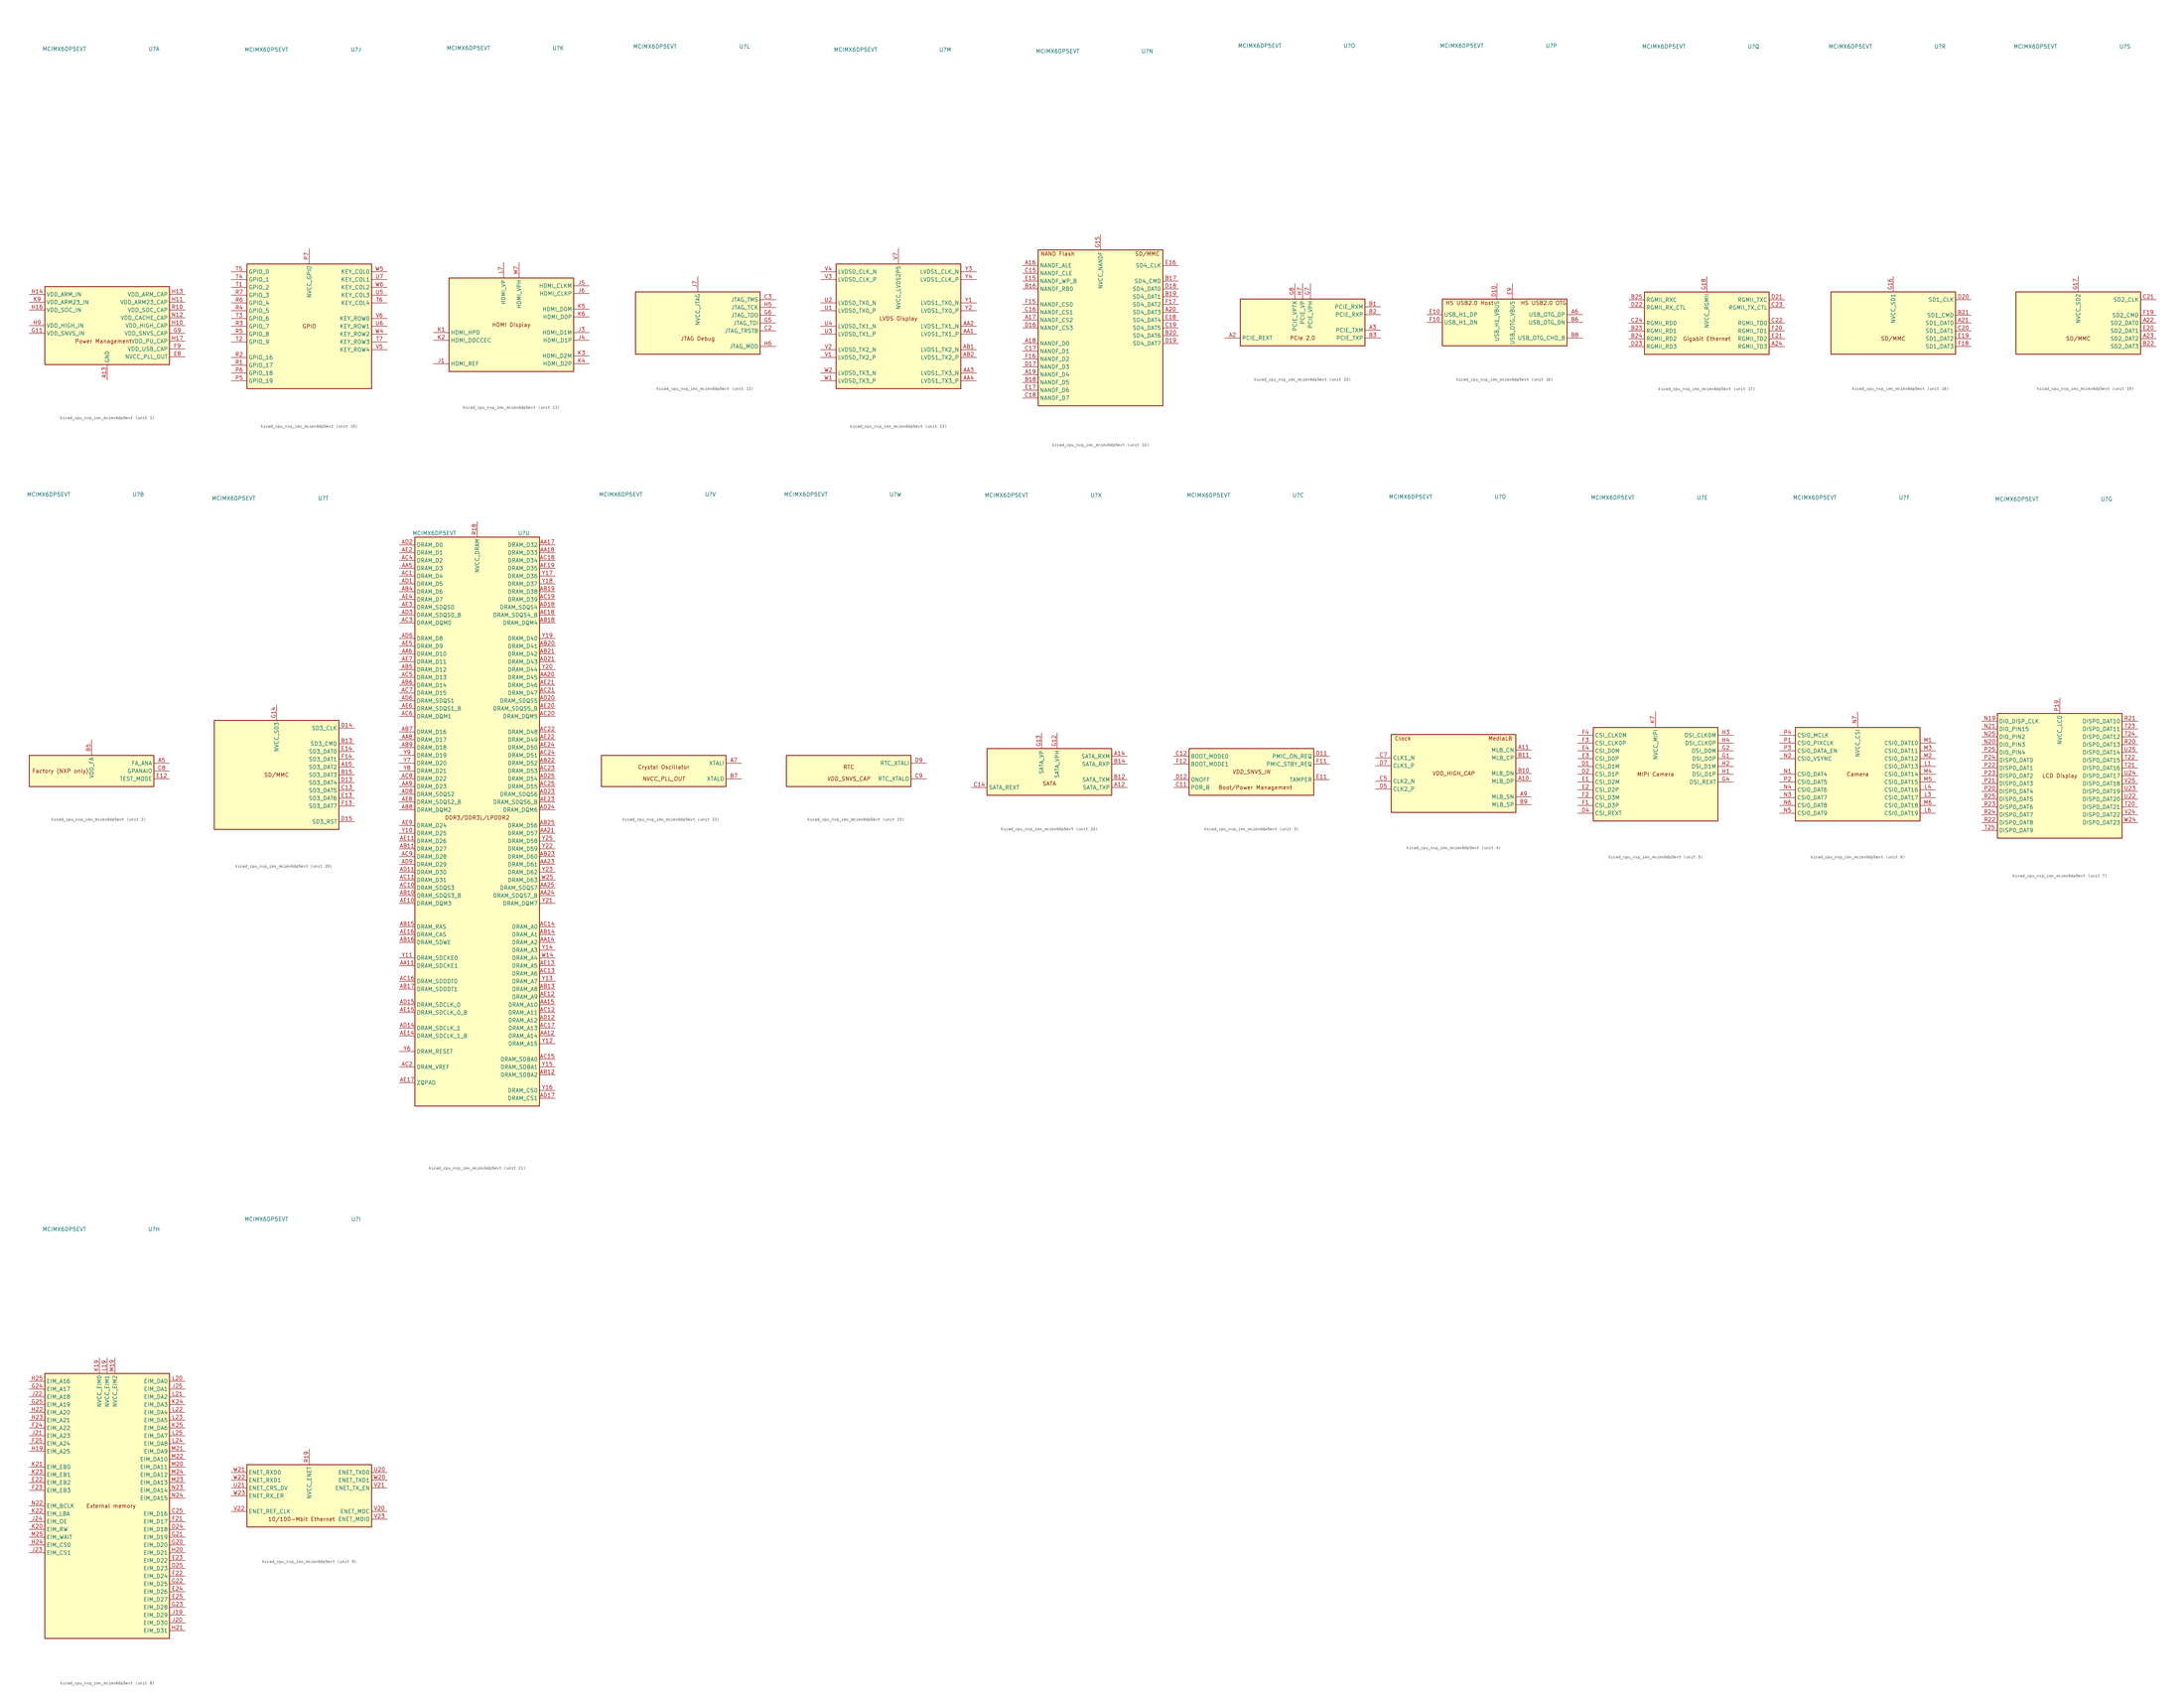
<source format=kicad_sym>
(kicad_symbol_lib
  (version 20220914)
  (generator kicad_symbol_editor)
  (symbol "kicad_cpu_nxp_imx_mcimx6dp5evt"
    (property "Reference" "U"
      (at 15.24 90.17 0)
      (effects (font (size 1.27 1.27))))
    (property "Value" "MCIMX6DP5EVT"
      (at -13.97 90.17 0)
      (effects (font (size 1.27 1.27))))
    (property "ki_locked" ""
      (at 0 0 0)
      (effects (font (size 1.27 1.27))))
    (symbol "kicad_cpu_nxp_imx_mcimx6dp5evt_1_0"
      (text "Power Management" (at -1.27 -5.08 0) (effects (font (size 1.27 1.27)))))
    (symbol "kicad_cpu_nxp_imx_mcimx6dp5evt_1_1"
      (rectangle (start -20.32 12.7) (end 20.32 -12.7) (stroke (width 0.254) (type default)) (fill (type background)))
      (pin power_in line (at 0 -17.78 90) (length 5.08) (name "GND" (effects (font (size 1.27 1.27)))) (number "A13" (effects (font (size 1.27 1.27)))))
      (pin passive line (at 0 -17.78 90) (length 5.08) hide (name "GND" (effects (font (size 1.27 1.27)))) (number "A25" (effects (font (size 1.27 1.27)))))
      (pin passive line (at 0 -17.78 90) (length 5.08) hide (name "GND" (effects (font (size 1.27 1.27)))) (number "A4" (effects (font (size 1.27 1.27)))))
      (pin passive line (at 0 -17.78 90) (length 5.08) hide (name "GND" (effects (font (size 1.27 1.27)))) (number "A8" (effects (font (size 1.27 1.27)))))
      (pin passive line (at 0 -17.78 90) (length 5.08) hide (name "GND" (effects (font (size 1.27 1.27)))) (number "AA10" (effects (font (size 1.27 1.27)))))
      (pin passive line (at 0 -17.78 90) (length 5.08) hide (name "GND" (effects (font (size 1.27 1.27)))) (number "AA13" (effects (font (size 1.27 1.27)))))
      (pin passive line (at 0 -17.78 90) (length 5.08) hide (name "GND" (effects (font (size 1.27 1.27)))) (number "AA16" (effects (font (size 1.27 1.27)))))
      (pin passive line (at 0 -17.78 90) (length 5.08) hide (name "GND" (effects (font (size 1.27 1.27)))) (number "AA19" (effects (font (size 1.27 1.27)))))
      (pin passive line (at 0 -17.78 90) (length 5.08) hide (name "GND" (effects (font (size 1.27 1.27)))) (number "AA22" (effects (font (size 1.27 1.27)))))
      (pin passive line (at 0 -17.78 90) (length 5.08) hide (name "GND" (effects (font (size 1.27 1.27)))) (number "AA7" (effects (font (size 1.27 1.27)))))
      (pin passive line (at 0 -17.78 90) (length 5.08) hide (name "GND" (effects (font (size 1.27 1.27)))) (number "AB24" (effects (font (size 1.27 1.27)))))
      (pin passive line (at 0 -17.78 90) (length 5.08) hide (name "GND" (effects (font (size 1.27 1.27)))) (number "AB3" (effects (font (size 1.27 1.27)))))
      (pin passive line (at 0 -17.78 90) (length 5.08) hide (name "GND" (effects (font (size 1.27 1.27)))) (number "AD10" (effects (font (size 1.27 1.27)))))
      (pin passive line (at 0 -17.78 90) (length 5.08) hide (name "GND" (effects (font (size 1.27 1.27)))) (number "AD13" (effects (font (size 1.27 1.27)))))
      (pin passive line (at 0 -17.78 90) (length 5.08) hide (name "GND" (effects (font (size 1.27 1.27)))) (number "AD16" (effects (font (size 1.27 1.27)))))
      (pin passive line (at 0 -17.78 90) (length 5.08) hide (name "GND" (effects (font (size 1.27 1.27)))) (number "AD19" (effects (font (size 1.27 1.27)))))
      (pin passive line (at 0 -17.78 90) (length 5.08) hide (name "GND" (effects (font (size 1.27 1.27)))) (number "AD22" (effects (font (size 1.27 1.27)))))
      (pin passive line (at 0 -17.78 90) (length 5.08) hide (name "GND" (effects (font (size 1.27 1.27)))) (number "AD4" (effects (font (size 1.27 1.27)))))
      (pin passive line (at 0 -17.78 90) (length 5.08) hide (name "GND" (effects (font (size 1.27 1.27)))) (number "AD7" (effects (font (size 1.27 1.27)))))
      (pin passive line (at 0 -17.78 90) (length 5.08) hide (name "GND" (effects (font (size 1.27 1.27)))) (number "AE1" (effects (font (size 1.27 1.27)))))
      (pin passive line (at 0 -17.78 90) (length 5.08) hide (name "GND" (effects (font (size 1.27 1.27)))) (number "AE25" (effects (font (size 1.27 1.27)))))
      (pin passive line (at 0 -17.78 90) (length 5.08) hide (name "GND" (effects (font (size 1.27 1.27)))) (number "B4" (effects (font (size 1.27 1.27)))))
      (pin passive line (at 0 -17.78 90) (length 5.08) hide (name "GND" (effects (font (size 1.27 1.27)))) (number "C1" (effects (font (size 1.27 1.27)))))
      (pin passive line (at 0 -17.78 90) (length 5.08) hide (name "GND" (effects (font (size 1.27 1.27)))) (number "C10" (effects (font (size 1.27 1.27)))))
      (pin passive line (at 0 -17.78 90) (length 5.08) hide (name "GND" (effects (font (size 1.27 1.27)))) (number "C4" (effects (font (size 1.27 1.27)))))
      (pin passive line (at 0 -17.78 90) (length 5.08) hide (name "GND" (effects (font (size 1.27 1.27)))) (number "C6" (effects (font (size 1.27 1.27)))))
      (pin passive line (at 0 -17.78 90) (length 5.08) hide (name "GND" (effects (font (size 1.27 1.27)))) (number "D3" (effects (font (size 1.27 1.27)))))
      (pin passive line (at 0 -17.78 90) (length 5.08) hide (name "GND" (effects (font (size 1.27 1.27)))) (number "D6" (effects (font (size 1.27 1.27)))))
      (pin passive line (at 0 -17.78 90) (length 5.08) hide (name "GND" (effects (font (size 1.27 1.27)))) (number "D8" (effects (font (size 1.27 1.27)))))
      (pin passive line (at 0 -17.78 90) (length 5.08) hide (name "GND" (effects (font (size 1.27 1.27)))) (number "E5" (effects (font (size 1.27 1.27)))))
      (pin passive line (at 0 -17.78 90) (length 5.08) hide (name "GND" (effects (font (size 1.27 1.27)))) (number "E6" (effects (font (size 1.27 1.27)))))
      (pin passive line (at 0 -17.78 90) (length 5.08) hide (name "GND" (effects (font (size 1.27 1.27)))) (number "E7" (effects (font (size 1.27 1.27)))))
      (pin power_out line (at 25.4 -10.16 180) (length 5.08) (name "NVCC_PLL_OUT" (effects (font (size 1.27 1.27)))) (number "E8" (effects (font (size 1.27 1.27)))))
      (pin passive line (at 0 -17.78 90) (length 5.08) hide (name "GND" (effects (font (size 1.27 1.27)))) (number "F5" (effects (font (size 1.27 1.27)))))
      (pin passive line (at 0 -17.78 90) (length 5.08) hide (name "GND" (effects (font (size 1.27 1.27)))) (number "F6" (effects (font (size 1.27 1.27)))))
      (pin passive line (at 0 -17.78 90) (length 5.08) hide (name "GND" (effects (font (size 1.27 1.27)))) (number "F7" (effects (font (size 1.27 1.27)))))
      (pin passive line (at 0 -17.78 90) (length 5.08) hide (name "GND" (effects (font (size 1.27 1.27)))) (number "F8" (effects (font (size 1.27 1.27)))))
      (pin power_out line (at 25.4 -7.62 180) (length 5.08) (name "VDD_USB_CAP" (effects (font (size 1.27 1.27)))) (number "F9" (effects (font (size 1.27 1.27)))))
      (pin passive line (at 0 -17.78 90) (length 5.08) hide (name "GND" (effects (font (size 1.27 1.27)))) (number "G10" (effects (font (size 1.27 1.27)))))
      (pin power_in line (at -25.4 -2.54 0) (length 5.08) (name "VDD_SNVS_IN" (effects (font (size 1.27 1.27)))) (number "G11" (effects (font (size 1.27 1.27)))))
      (pin passive line (at 0 -17.78 90) (length 5.08) hide (name "GND" (effects (font (size 1.27 1.27)))) (number "G19" (effects (font (size 1.27 1.27)))))
      (pin passive line (at 0 -17.78 90) (length 5.08) hide (name "GND" (effects (font (size 1.27 1.27)))) (number "G3" (effects (font (size 1.27 1.27)))))
      (pin power_out line (at 25.4 -2.54 180) (length 5.08) (name "VDD_SNVS_CAP" (effects (font (size 1.27 1.27)))) (number "G9" (effects (font (size 1.27 1.27)))))
      (pin power_out line (at 25.4 0 180) (length 5.08) (name "VDD_HIGH_CAP" (effects (font (size 1.27 1.27)))) (number "H10" (effects (font (size 1.27 1.27)))))
      (pin power_out line (at 25.4 7.62 180) (length 5.08) (name "VDD_ARM23_CAP" (effects (font (size 1.27 1.27)))) (number "H11" (effects (font (size 1.27 1.27)))))
      (pin passive line (at 0 -17.78 90) (length 5.08) hide (name "GND" (effects (font (size 1.27 1.27)))) (number "H12" (effects (font (size 1.27 1.27)))))
      (pin power_out line (at 25.4 10.16 180) (length 5.08) (name "VDD_ARM_CAP" (effects (font (size 1.27 1.27)))) (number "H13" (effects (font (size 1.27 1.27)))))
      (pin power_in line (at -25.4 10.16 0) (length 5.08) (name "VDD_ARM_IN" (effects (font (size 1.27 1.27)))) (number "H14" (effects (font (size 1.27 1.27)))))
      (pin passive line (at 0 -17.78 90) (length 5.08) hide (name "GND" (effects (font (size 1.27 1.27)))) (number "H15" (effects (font (size 1.27 1.27)))))
      (pin power_in line (at -25.4 5.08 0) (length 5.08) (name "VDD_SOC_IN" (effects (font (size 1.27 1.27)))) (number "H16" (effects (font (size 1.27 1.27)))))
      (pin power_out line (at 25.4 -5.08 180) (length 5.08) (name "VDD_PU_CAP" (effects (font (size 1.27 1.27)))) (number "H17" (effects (font (size 1.27 1.27)))))
      (pin passive line (at 0 -17.78 90) (length 5.08) hide (name "GND" (effects (font (size 1.27 1.27)))) (number "H18" (effects (font (size 1.27 1.27)))))
      (pin passive line (at 0 -17.78 90) (length 5.08) hide (name "GND" (effects (font (size 1.27 1.27)))) (number "H8" (effects (font (size 1.27 1.27)))))
      (pin power_in line (at -25.4 0 0) (length 5.08) (name "VDD_HIGH_IN" (effects (font (size 1.27 1.27)))) (number "H9" (effects (font (size 1.27 1.27)))))
      (pin passive line (at 25.4 0 180) (length 5.08) hide (name "VDD_HIGH_CAP" (effects (font (size 1.27 1.27)))) (number "J10" (effects (font (size 1.27 1.27)))))
      (pin passive line (at 25.4 7.62 180) (length 5.08) hide (name "VDD_ARM23_CAP" (effects (font (size 1.27 1.27)))) (number "J11" (effects (font (size 1.27 1.27)))))
      (pin passive line (at 0 -17.78 90) (length 5.08) hide (name "GND" (effects (font (size 1.27 1.27)))) (number "J12" (effects (font (size 1.27 1.27)))))
      (pin passive line (at 25.4 10.16 180) (length 5.08) hide (name "VDD_ARM_CAP" (effects (font (size 1.27 1.27)))) (number "J13" (effects (font (size 1.27 1.27)))))
      (pin passive line (at -25.4 10.16 0) (length 5.08) hide (name "VDD_ARM_IN" (effects (font (size 1.27 1.27)))) (number "J14" (effects (font (size 1.27 1.27)))))
      (pin passive line (at 0 -17.78 90) (length 5.08) hide (name "GND" (effects (font (size 1.27 1.27)))) (number "J15" (effects (font (size 1.27 1.27)))))
      (pin passive line (at -25.4 5.08 0) (length 5.08) hide (name "VDD_SOC_IN" (effects (font (size 1.27 1.27)))) (number "J16" (effects (font (size 1.27 1.27)))))
      (pin passive line (at 25.4 -5.08 180) (length 5.08) hide (name "VDD_PU_CAP" (effects (font (size 1.27 1.27)))) (number "J17" (effects (font (size 1.27 1.27)))))
      (pin passive line (at 0 -17.78 90) (length 5.08) hide (name "GND" (effects (font (size 1.27 1.27)))) (number "J18" (effects (font (size 1.27 1.27)))))
      (pin passive line (at 0 -17.78 90) (length 5.08) hide (name "GND" (effects (font (size 1.27 1.27)))) (number "J2" (effects (font (size 1.27 1.27)))))
      (pin passive line (at 0 -17.78 90) (length 5.08) hide (name "GND" (effects (font (size 1.27 1.27)))) (number "J8" (effects (font (size 1.27 1.27)))))
      (pin passive line (at -25.4 0 0) (length 5.08) hide (name "VDD_HIGH_IN" (effects (font (size 1.27 1.27)))) (number "J9" (effects (font (size 1.27 1.27)))))
      (pin passive line (at 0 -17.78 90) (length 5.08) hide (name "GND" (effects (font (size 1.27 1.27)))) (number "K10" (effects (font (size 1.27 1.27)))))
      (pin passive line (at 25.4 7.62 180) (length 5.08) hide (name "VDD_ARM23_CAP" (effects (font (size 1.27 1.27)))) (number "K11" (effects (font (size 1.27 1.27)))))
      (pin passive line (at 0 -17.78 90) (length 5.08) hide (name "GND" (effects (font (size 1.27 1.27)))) (number "K12" (effects (font (size 1.27 1.27)))))
      (pin passive line (at 25.4 10.16 180) (length 5.08) hide (name "VDD_ARM_CAP" (effects (font (size 1.27 1.27)))) (number "K13" (effects (font (size 1.27 1.27)))))
      (pin passive line (at -25.4 10.16 0) (length 5.08) hide (name "VDD_ARM_IN" (effects (font (size 1.27 1.27)))) (number "K14" (effects (font (size 1.27 1.27)))))
      (pin passive line (at 0 -17.78 90) (length 5.08) hide (name "GND" (effects (font (size 1.27 1.27)))) (number "K15" (effects (font (size 1.27 1.27)))))
      (pin passive line (at -25.4 5.08 0) (length 5.08) hide (name "VDD_SOC_IN" (effects (font (size 1.27 1.27)))) (number "K16" (effects (font (size 1.27 1.27)))))
      (pin passive line (at 25.4 -5.08 180) (length 5.08) hide (name "VDD_PU_CAP" (effects (font (size 1.27 1.27)))) (number "K17" (effects (font (size 1.27 1.27)))))
      (pin passive line (at 0 -17.78 90) (length 5.08) hide (name "GND" (effects (font (size 1.27 1.27)))) (number "K18" (effects (font (size 1.27 1.27)))))
      (pin passive line (at 0 -17.78 90) (length 5.08) hide (name "GND" (effects (font (size 1.27 1.27)))) (number "K8" (effects (font (size 1.27 1.27)))))
      (pin power_in line (at -25.4 7.62 0) (length 5.08) (name "VDD_ARM23_IN" (effects (font (size 1.27 1.27)))) (number "K9" (effects (font (size 1.27 1.27)))))
      (pin passive line (at 0 -17.78 90) (length 5.08) hide (name "GND" (effects (font (size 1.27 1.27)))) (number "L10" (effects (font (size 1.27 1.27)))))
      (pin passive line (at 25.4 7.62 180) (length 5.08) hide (name "VDD_ARM23_CAP" (effects (font (size 1.27 1.27)))) (number "L11" (effects (font (size 1.27 1.27)))))
      (pin passive line (at 0 -17.78 90) (length 5.08) hide (name "GND" (effects (font (size 1.27 1.27)))) (number "L12" (effects (font (size 1.27 1.27)))))
      (pin passive line (at 25.4 10.16 180) (length 5.08) hide (name "VDD_ARM_CAP" (effects (font (size 1.27 1.27)))) (number "L13" (effects (font (size 1.27 1.27)))))
      (pin passive line (at -25.4 10.16 0) (length 5.08) hide (name "VDD_ARM_IN" (effects (font (size 1.27 1.27)))) (number "L14" (effects (font (size 1.27 1.27)))))
      (pin passive line (at 0 -17.78 90) (length 5.08) hide (name "GND" (effects (font (size 1.27 1.27)))) (number "L15" (effects (font (size 1.27 1.27)))))
      (pin passive line (at -25.4 5.08 0) (length 5.08) hide (name "VDD_SOC_IN" (effects (font (size 1.27 1.27)))) (number "L16" (effects (font (size 1.27 1.27)))))
      (pin passive line (at 25.4 -5.08 180) (length 5.08) hide (name "VDD_PU_CAP" (effects (font (size 1.27 1.27)))) (number "L17" (effects (font (size 1.27 1.27)))))
      (pin passive line (at 0 -17.78 90) (length 5.08) hide (name "GND" (effects (font (size 1.27 1.27)))) (number "L18" (effects (font (size 1.27 1.27)))))
      (pin passive line (at 0 -17.78 90) (length 5.08) hide (name "GND" (effects (font (size 1.27 1.27)))) (number "L2" (effects (font (size 1.27 1.27)))))
      (pin passive line (at 0 -17.78 90) (length 5.08) hide (name "GND" (effects (font (size 1.27 1.27)))) (number "L5" (effects (font (size 1.27 1.27)))))
      (pin passive line (at 0 -17.78 90) (length 5.08) hide (name "GND" (effects (font (size 1.27 1.27)))) (number "L8" (effects (font (size 1.27 1.27)))))
      (pin passive line (at -25.4 7.62 0) (length 5.08) hide (name "VDD_ARM23_IN" (effects (font (size 1.27 1.27)))) (number "L9" (effects (font (size 1.27 1.27)))))
      (pin passive line (at 0 -17.78 90) (length 5.08) hide (name "GND" (effects (font (size 1.27 1.27)))) (number "M10" (effects (font (size 1.27 1.27)))))
      (pin passive line (at 25.4 7.62 180) (length 5.08) hide (name "VDD_ARM23_CAP" (effects (font (size 1.27 1.27)))) (number "M11" (effects (font (size 1.27 1.27)))))
      (pin passive line (at 0 -17.78 90) (length 5.08) hide (name "GND" (effects (font (size 1.27 1.27)))) (number "M12" (effects (font (size 1.27 1.27)))))
      (pin passive line (at 25.4 10.16 180) (length 5.08) hide (name "VDD_ARM_CAP" (effects (font (size 1.27 1.27)))) (number "M13" (effects (font (size 1.27 1.27)))))
      (pin passive line (at -25.4 10.16 0) (length 5.08) hide (name "VDD_ARM_IN" (effects (font (size 1.27 1.27)))) (number "M14" (effects (font (size 1.27 1.27)))))
      (pin passive line (at 0 -17.78 90) (length 5.08) hide (name "GND" (effects (font (size 1.27 1.27)))) (number "M15" (effects (font (size 1.27 1.27)))))
      (pin passive line (at -25.4 5.08 0) (length 5.08) hide (name "VDD_SOC_IN" (effects (font (size 1.27 1.27)))) (number "M16" (effects (font (size 1.27 1.27)))))
      (pin passive line (at 25.4 -5.08 180) (length 5.08) hide (name "VDD_PU_CAP" (effects (font (size 1.27 1.27)))) (number "M17" (effects (font (size 1.27 1.27)))))
      (pin passive line (at 0 -17.78 90) (length 5.08) hide (name "GND" (effects (font (size 1.27 1.27)))) (number "M18" (effects (font (size 1.27 1.27)))))
      (pin passive line (at 0 -17.78 90) (length 5.08) hide (name "GND" (effects (font (size 1.27 1.27)))) (number "M8" (effects (font (size 1.27 1.27)))))
      (pin passive line (at -25.4 7.62 0) (length 5.08) hide (name "VDD_ARM23_IN" (effects (font (size 1.27 1.27)))) (number "M9" (effects (font (size 1.27 1.27)))))
      (pin passive line (at 0 -17.78 90) (length 5.08) hide (name "GND" (effects (font (size 1.27 1.27)))) (number "N10" (effects (font (size 1.27 1.27)))))
      (pin passive line (at 25.4 7.62 180) (length 5.08) hide (name "VDD_ARM23_CAP" (effects (font (size 1.27 1.27)))) (number "N11" (effects (font (size 1.27 1.27)))))
      (pin power_in line (at 25.4 2.54 180) (length 5.08) (name "VDD_CACHE_CAP" (effects (font (size 1.27 1.27)))) (number "N12" (effects (font (size 1.27 1.27)))))
      (pin passive line (at 25.4 10.16 180) (length 5.08) hide (name "VDD_ARM_CAP" (effects (font (size 1.27 1.27)))) (number "N13" (effects (font (size 1.27 1.27)))))
      (pin passive line (at -25.4 10.16 0) (length 5.08) hide (name "VDD_ARM_IN" (effects (font (size 1.27 1.27)))) (number "N14" (effects (font (size 1.27 1.27)))))
      (pin passive line (at 0 -17.78 90) (length 5.08) hide (name "GND" (effects (font (size 1.27 1.27)))) (number "N15" (effects (font (size 1.27 1.27)))))
      (pin passive line (at -25.4 5.08 0) (length 5.08) hide (name "VDD_SOC_IN" (effects (font (size 1.27 1.27)))) (number "N16" (effects (font (size 1.27 1.27)))))
      (pin passive line (at 25.4 -5.08 180) (length 5.08) hide (name "VDD_PU_CAP" (effects (font (size 1.27 1.27)))) (number "N17" (effects (font (size 1.27 1.27)))))
      (pin passive line (at 0 -17.78 90) (length 5.08) hide (name "GND" (effects (font (size 1.27 1.27)))) (number "N18" (effects (font (size 1.27 1.27)))))
      (pin passive line (at 0 -17.78 90) (length 5.08) hide (name "GND" (effects (font (size 1.27 1.27)))) (number "N8" (effects (font (size 1.27 1.27)))))
      (pin passive line (at -25.4 7.62 0) (length 5.08) hide (name "VDD_ARM23_IN" (effects (font (size 1.27 1.27)))) (number "N9" (effects (font (size 1.27 1.27)))))
      (pin passive line (at 0 -17.78 90) (length 5.08) hide (name "GND" (effects (font (size 1.27 1.27)))) (number "P10" (effects (font (size 1.27 1.27)))))
      (pin passive line (at 25.4 7.62 180) (length 5.08) hide (name "VDD_ARM23_CAP" (effects (font (size 1.27 1.27)))) (number "P11" (effects (font (size 1.27 1.27)))))
      (pin passive line (at 0 -17.78 90) (length 5.08) hide (name "GND" (effects (font (size 1.27 1.27)))) (number "P12" (effects (font (size 1.27 1.27)))))
      (pin passive line (at 25.4 10.16 180) (length 5.08) hide (name "VDD_ARM_CAP" (effects (font (size 1.27 1.27)))) (number "P13" (effects (font (size 1.27 1.27)))))
      (pin passive line (at -25.4 10.16 0) (length 5.08) hide (name "VDD_ARM_IN" (effects (font (size 1.27 1.27)))) (number "P14" (effects (font (size 1.27 1.27)))))
      (pin passive line (at 0 -17.78 90) (length 5.08) hide (name "GND" (effects (font (size 1.27 1.27)))) (number "P15" (effects (font (size 1.27 1.27)))))
      (pin passive line (at -25.4 5.08 0) (length 5.08) hide (name "VDD_SOC_IN" (effects (font (size 1.27 1.27)))) (number "P16" (effects (font (size 1.27 1.27)))))
      (pin passive line (at 25.4 -5.08 180) (length 5.08) hide (name "VDD_PU_CAP" (effects (font (size 1.27 1.27)))) (number "P17" (effects (font (size 1.27 1.27)))))
      (pin passive line (at 0 -17.78 90) (length 5.08) hide (name "GND" (effects (font (size 1.27 1.27)))) (number "P18" (effects (font (size 1.27 1.27)))))
      (pin passive line (at 0 -17.78 90) (length 5.08) hide (name "GND" (effects (font (size 1.27 1.27)))) (number "P8" (effects (font (size 1.27 1.27)))))
      (pin passive line (at -25.4 7.62 0) (length 5.08) hide (name "VDD_ARM23_IN" (effects (font (size 1.27 1.27)))) (number "P9" (effects (font (size 1.27 1.27)))))
      (pin power_out line (at 25.4 5.08 180) (length 5.08) (name "VDD_SOC_CAP" (effects (font (size 1.27 1.27)))) (number "R10" (effects (font (size 1.27 1.27)))))
      (pin passive line (at 25.4 7.62 180) (length 5.08) hide (name "VDD_ARM23_CAP" (effects (font (size 1.27 1.27)))) (number "R11" (effects (font (size 1.27 1.27)))))
      (pin passive line (at 0 -17.78 90) (length 5.08) hide (name "GND" (effects (font (size 1.27 1.27)))) (number "R12" (effects (font (size 1.27 1.27)))))
      (pin passive line (at 25.4 10.16 180) (length 5.08) hide (name "VDD_ARM_CAP" (effects (font (size 1.27 1.27)))) (number "R13" (effects (font (size 1.27 1.27)))))
      (pin passive line (at -25.4 10.16 0) (length 5.08) hide (name "VDD_ARM_IN" (effects (font (size 1.27 1.27)))) (number "R14" (effects (font (size 1.27 1.27)))))
      (pin passive line (at 0 -17.78 90) (length 5.08) hide (name "GND" (effects (font (size 1.27 1.27)))) (number "R15" (effects (font (size 1.27 1.27)))))
      (pin passive line (at -25.4 5.08 0) (length 5.08) hide (name "VDD_SOC_IN" (effects (font (size 1.27 1.27)))) (number "R16" (effects (font (size 1.27 1.27)))))
      (pin passive line (at 0 -17.78 90) (length 5.08) hide (name "GND" (effects (font (size 1.27 1.27)))) (number "R17" (effects (font (size 1.27 1.27)))))
      (pin passive line (at 0 -17.78 90) (length 5.08) hide (name "GND" (effects (font (size 1.27 1.27)))) (number "R8" (effects (font (size 1.27 1.27)))))
      (pin passive line (at -25.4 7.62 0) (length 5.08) hide (name "VDD_ARM23_IN" (effects (font (size 1.27 1.27)))) (number "R9" (effects (font (size 1.27 1.27)))))
      (pin passive line (at 25.4 5.08 180) (length 5.08) hide (name "VDD_SOC_CAP" (effects (font (size 1.27 1.27)))) (number "T10" (effects (font (size 1.27 1.27)))))
      (pin passive line (at 0 -17.78 90) (length 5.08) hide (name "GND" (effects (font (size 1.27 1.27)))) (number "T11" (effects (font (size 1.27 1.27)))))
      (pin passive line (at 0 -17.78 90) (length 5.08) hide (name "GND" (effects (font (size 1.27 1.27)))) (number "T12" (effects (font (size 1.27 1.27)))))
      (pin passive line (at 25.4 5.08 180) (length 5.08) hide (name "VDD_SOC_CAP" (effects (font (size 1.27 1.27)))) (number "T13" (effects (font (size 1.27 1.27)))))
      (pin passive line (at 25.4 5.08 180) (length 5.08) hide (name "VDD_SOC_CAP" (effects (font (size 1.27 1.27)))) (number "T14" (effects (font (size 1.27 1.27)))))
      (pin passive line (at 0 -17.78 90) (length 5.08) hide (name "GND" (effects (font (size 1.27 1.27)))) (number "T15" (effects (font (size 1.27 1.27)))))
      (pin passive line (at -25.4 5.08 0) (length 5.08) hide (name "VDD_SOC_IN" (effects (font (size 1.27 1.27)))) (number "T16" (effects (font (size 1.27 1.27)))))
      (pin passive line (at 0 -17.78 90) (length 5.08) hide (name "GND" (effects (font (size 1.27 1.27)))) (number "T17" (effects (font (size 1.27 1.27)))))
      (pin passive line (at 0 -17.78 90) (length 5.08) hide (name "GND" (effects (font (size 1.27 1.27)))) (number "T19" (effects (font (size 1.27 1.27)))))
      (pin passive line (at 0 -17.78 90) (length 5.08) hide (name "GND" (effects (font (size 1.27 1.27)))) (number "T8" (effects (font (size 1.27 1.27)))))
      (pin passive line (at -25.4 7.62 0) (length 5.08) hide (name "VDD_ARM23_IN" (effects (font (size 1.27 1.27)))) (number "T9" (effects (font (size 1.27 1.27)))))
      (pin passive line (at 25.4 5.08 180) (length 5.08) hide (name "VDD_SOC_CAP" (effects (font (size 1.27 1.27)))) (number "U10" (effects (font (size 1.27 1.27)))))
      (pin passive line (at 0 -17.78 90) (length 5.08) hide (name "GND" (effects (font (size 1.27 1.27)))) (number "U11" (effects (font (size 1.27 1.27)))))
      (pin passive line (at 0 -17.78 90) (length 5.08) hide (name "GND" (effects (font (size 1.27 1.27)))) (number "U12" (effects (font (size 1.27 1.27)))))
      (pin passive line (at 25.4 5.08 180) (length 5.08) hide (name "VDD_SOC_CAP" (effects (font (size 1.27 1.27)))) (number "U13" (effects (font (size 1.27 1.27)))))
      (pin passive line (at 25.4 5.08 180) (length 5.08) hide (name "VDD_SOC_CAP" (effects (font (size 1.27 1.27)))) (number "U14" (effects (font (size 1.27 1.27)))))
      (pin passive line (at 0 -17.78 90) (length 5.08) hide (name "GND" (effects (font (size 1.27 1.27)))) (number "U15" (effects (font (size 1.27 1.27)))))
      (pin passive line (at -25.4 5.08 0) (length 5.08) hide (name "VDD_SOC_IN" (effects (font (size 1.27 1.27)))) (number "U16" (effects (font (size 1.27 1.27)))))
      (pin passive line (at 0 -17.78 90) (length 5.08) hide (name "GND" (effects (font (size 1.27 1.27)))) (number "U17" (effects (font (size 1.27 1.27)))))
      (pin passive line (at 0 -17.78 90) (length 5.08) hide (name "GND" (effects (font (size 1.27 1.27)))) (number "U19" (effects (font (size 1.27 1.27)))))
      (pin passive line (at 0 -17.78 90) (length 5.08) hide (name "GND" (effects (font (size 1.27 1.27)))) (number "U8" (effects (font (size 1.27 1.27)))))
      (pin passive line (at -25.4 7.62 0) (length 5.08) hide (name "VDD_ARM23_IN" (effects (font (size 1.27 1.27)))) (number "U9" (effects (font (size 1.27 1.27)))))
      (pin passive line (at 0 -17.78 90) (length 5.08) hide (name "GND" (effects (font (size 1.27 1.27)))) (number "V19" (effects (font (size 1.27 1.27)))))
      (pin passive line (at 0 -17.78 90) (length 5.08) hide (name "GND" (effects (font (size 1.27 1.27)))) (number "V8" (effects (font (size 1.27 1.27)))))
      (pin passive line (at 0 -17.78 90) (length 5.08) hide (name "GND" (effects (font (size 1.27 1.27)))) (number "W10" (effects (font (size 1.27 1.27)))))
      (pin passive line (at 0 -17.78 90) (length 5.08) hide (name "GND" (effects (font (size 1.27 1.27)))) (number "W11" (effects (font (size 1.27 1.27)))))
      (pin passive line (at 0 -17.78 90) (length 5.08) hide (name "GND" (effects (font (size 1.27 1.27)))) (number "W12" (effects (font (size 1.27 1.27)))))
      (pin passive line (at 0 -17.78 90) (length 5.08) hide (name "GND" (effects (font (size 1.27 1.27)))) (number "W13" (effects (font (size 1.27 1.27)))))
      (pin passive line (at 0 -17.78 90) (length 5.08) hide (name "GND" (effects (font (size 1.27 1.27)))) (number "W15" (effects (font (size 1.27 1.27)))))
      (pin passive line (at 0 -17.78 90) (length 5.08) hide (name "GND" (effects (font (size 1.27 1.27)))) (number "W16" (effects (font (size 1.27 1.27)))))
      (pin passive line (at 0 -17.78 90) (length 5.08) hide (name "GND" (effects (font (size 1.27 1.27)))) (number "W17" (effects (font (size 1.27 1.27)))))
      (pin passive line (at 0 -17.78 90) (length 5.08) hide (name "GND" (effects (font (size 1.27 1.27)))) (number "W18" (effects (font (size 1.27 1.27)))))
      (pin passive line (at 0 -17.78 90) (length 5.08) hide (name "GND" (effects (font (size 1.27 1.27)))) (number "W19" (effects (font (size 1.27 1.27)))))
      (pin passive line (at 0 -17.78 90) (length 5.08) hide (name "GND" (effects (font (size 1.27 1.27)))) (number "W3" (effects (font (size 1.27 1.27)))))
      (pin passive line (at 0 -17.78 90) (length 5.08) hide (name "GND" (effects (font (size 1.27 1.27)))) (number "W7" (effects (font (size 1.27 1.27)))))
      (pin passive line (at 0 -17.78 90) (length 5.08) hide (name "GND" (effects (font (size 1.27 1.27)))) (number "W8" (effects (font (size 1.27 1.27)))))
      (pin passive line (at 0 -17.78 90) (length 5.08) hide (name "GND" (effects (font (size 1.27 1.27)))) (number "W9" (effects (font (size 1.27 1.27)))))
      (pin passive line (at 0 -17.78 90) (length 5.08) hide (name "GND" (effects (font (size 1.27 1.27)))) (number "Y24" (effects (font (size 1.27 1.27)))))
      (pin passive line (at 0 -17.78 90) (length 5.08) hide (name "GND" (effects (font (size 1.27 1.27)))) (number "Y5" (effects (font (size 1.27 1.27))))))
    (symbol "kicad_cpu_nxp_imx_mcimx6dp5evt_2_0"
      (text "Factory (NXP only)" (at -10.16 0 0) (effects (font (size 1.27 1.27)))))
    (symbol "kicad_cpu_nxp_imx_mcimx6dp5evt_2_1"
      (rectangle (start -20.32 5.08) (end 20.32 -5.08) (stroke (width 0.254) (type default)) (fill (type background)))
      (pin passive line (at 25.4 2.54 180) (length 5.08) (name "FA_ANA" (effects (font (size 1.27 1.27)))) (number "A5" (effects (font (size 1.27 1.27)))))
      (pin passive line (at 0 10.16 270) (length 5.08) (name "VDD_FA" (effects (font (size 1.27 1.27)))) (number "B5" (effects (font (size 1.27 1.27)))))
      (pin passive line (at 25.4 0 180) (length 5.08) (name "GPANAIO" (effects (font (size 1.27 1.27)))) (number "C8" (effects (font (size 1.27 1.27)))))
      (pin passive line (at 25.4 -2.54 180) (length 5.08) (name "TEST_MODE" (effects (font (size 1.27 1.27)))) (number "E12" (effects (font (size 1.27 1.27))))))
    (symbol "kicad_cpu_nxp_imx_mcimx6dp5evt_3_0"
      (text "Boot/Power Management" (at 1.27 -5.08 0) (effects (font (size 1.27 1.27)))))
    (symbol "kicad_cpu_nxp_imx_mcimx6dp5evt_3_1"
      (rectangle (start -20.32 7.62) (end 20.32 -7.62) (stroke (width 0.254) (type default)) (fill (type background)))
      (text "VDD_SNVS_IN" (at 0 0 0) (effects (font (size 1.27 1.27) italic)))
      (pin input line (at -25.4 -5.08 0) (length 5.08) (name "POR_B" (effects (font (size 1.27 1.27)))) (number "C11" (effects (font (size 1.27 1.27)))))
      (pin input line (at -25.4 5.08 0) (length 5.08) (name "BOOT_MODE0" (effects (font (size 1.27 1.27)))) (number "C12" (effects (font (size 1.27 1.27)))))
      (pin output line (at 25.4 5.08 180) (length 5.08) (name "PMIC_ON_REQ" (effects (font (size 1.27 1.27)))) (number "D11" (effects (font (size 1.27 1.27)))))
      (pin input line (at -25.4 -2.54 0) (length 5.08) (name "ONOFF" (effects (font (size 1.27 1.27)))) (number "D12" (effects (font (size 1.27 1.27)))))
      (pin input line (at 25.4 -2.54 180) (length 5.08) (name "TAMPER" (effects (font (size 1.27 1.27)))) (number "E11" (effects (font (size 1.27 1.27)))))
      (pin output line (at 25.4 2.54 180) (length 5.08) (name "PMIC_STBY_REQ" (effects (font (size 1.27 1.27)))) (number "F11" (effects (font (size 1.27 1.27)))))
      (pin input line (at -25.4 2.54 0) (length 5.08) (name "BOOT_MODE1" (effects (font (size 1.27 1.27)))) (number "F12" (effects (font (size 1.27 1.27))))))
    (symbol "kicad_cpu_nxp_imx_mcimx6dp5evt_4_0"
      (text "Clock" (at -16.51 11.43 0) (effects (font (size 1.27 1.27))))
      (text "MediaLB" (at 15.24 11.43 0) (effects (font (size 1.27 1.27)))))
    (symbol "kicad_cpu_nxp_imx_mcimx6dp5evt_4_1"
      (rectangle (start -20.32 12.7) (end 20.32 -12.7) (stroke (width 0.254) (type default)) (fill (type background)))
      (text "VDD_HIGH_CAP" (at 0 0 0) (effects (font (size 1.27 1.27) italic)))
      (pin bidirectional line (at 25.4 -2.54 180) (length 5.08) (name "MLB_DP" (effects (font (size 1.27 1.27)))) (number "A10" (effects (font (size 1.27 1.27)))))
      (pin input line (at 25.4 7.62 180) (length 5.08) (name "MLB_CN" (effects (font (size 1.27 1.27)))) (number "A11" (effects (font (size 1.27 1.27)))))
      (pin bidirectional line (at 25.4 -7.62 180) (length 5.08) (name "MLB_SN" (effects (font (size 1.27 1.27)))) (number "A9" (effects (font (size 1.27 1.27)))))
      (pin bidirectional line (at 25.4 0 180) (length 5.08) (name "MLB_DN" (effects (font (size 1.27 1.27)))) (number "B10" (effects (font (size 1.27 1.27)))))
      (pin input line (at 25.4 5.08 180) (length 5.08) (name "MLB_CP" (effects (font (size 1.27 1.27)))) (number "B11" (effects (font (size 1.27 1.27)))))
      (pin bidirectional line (at 25.4 -10.16 180) (length 5.08) (name "MLB_SP" (effects (font (size 1.27 1.27)))) (number "B9" (effects (font (size 1.27 1.27)))))
      (pin bidirectional line (at -25.4 -2.54 0) (length 5.08) (name "CLK2_N" (effects (font (size 1.27 1.27)))) (number "C5" (effects (font (size 1.27 1.27)))))
      (pin bidirectional line (at -25.4 5.08 0) (length 5.08) (name "CLK1_N" (effects (font (size 1.27 1.27)))) (number "C7" (effects (font (size 1.27 1.27)))))
      (pin bidirectional line (at -25.4 -5.08 0) (length 5.08) (name "CLK2_P" (effects (font (size 1.27 1.27)))) (number "D5" (effects (font (size 1.27 1.27)))))
      (pin bidirectional line (at -25.4 2.54 0) (length 5.08) (name "CLK1_P" (effects (font (size 1.27 1.27)))) (number "D7" (effects (font (size 1.27 1.27))))))
    (symbol "kicad_cpu_nxp_imx_mcimx6dp5evt_5_0"
      (text "MIPI Camera" (at 0 0 0) (effects (font (size 1.27 1.27)))))
    (symbol "kicad_cpu_nxp_imx_mcimx6dp5evt_5_1"
      (rectangle (start -20.32 15.24) (end 20.32 -15.24) (stroke (width 0.254) (type default)) (fill (type background)))
      (pin input line (at -25.4 2.54 0) (length 5.08) (name "CSI_D1M" (effects (font (size 1.27 1.27)))) (number "D1" (effects (font (size 1.27 1.27)))))
      (pin input line (at -25.4 0 0) (length 5.08) (name "CSI_D1P" (effects (font (size 1.27 1.27)))) (number "D2" (effects (font (size 1.27 1.27)))))
      (pin passive line (at -25.4 -12.7 0) (length 5.08) (name "CSI_REXT" (effects (font (size 1.27 1.27)))) (number "D4" (effects (font (size 1.27 1.27)))))
      (pin input line (at -25.4 -2.54 0) (length 5.08) (name "CSI_D2M" (effects (font (size 1.27 1.27)))) (number "E1" (effects (font (size 1.27 1.27)))))
      (pin input line (at -25.4 -5.08 0) (length 5.08) (name "CSI_D2P" (effects (font (size 1.27 1.27)))) (number "E2" (effects (font (size 1.27 1.27)))))
      (pin input line (at -25.4 5.08 0) (length 5.08) (name "CSI_D0P" (effects (font (size 1.27 1.27)))) (number "E3" (effects (font (size 1.27 1.27)))))
      (pin input line (at -25.4 7.62 0) (length 5.08) (name "CSI_D0M" (effects (font (size 1.27 1.27)))) (number "E4" (effects (font (size 1.27 1.27)))))
      (pin input line (at -25.4 -10.16 0) (length 5.08) (name "CSI_D3P" (effects (font (size 1.27 1.27)))) (number "F1" (effects (font (size 1.27 1.27)))))
      (pin input line (at -25.4 -7.62 0) (length 5.08) (name "CSI_D3M" (effects (font (size 1.27 1.27)))) (number "F2" (effects (font (size 1.27 1.27)))))
      (pin input line (at -25.4 10.16 0) (length 5.08) (name "CSI_CLK0P" (effects (font (size 1.27 1.27)))) (number "F3" (effects (font (size 1.27 1.27)))))
      (pin input line (at -25.4 12.7 0) (length 5.08) (name "CSI_CLK0M" (effects (font (size 1.27 1.27)))) (number "F4" (effects (font (size 1.27 1.27)))))
      (pin output line (at 25.4 5.08 180) (length 5.08) (name "DSI_D0P" (effects (font (size 1.27 1.27)))) (number "G1" (effects (font (size 1.27 1.27)))))
      (pin output line (at 25.4 7.62 180) (length 5.08) (name "DSI_D0M" (effects (font (size 1.27 1.27)))) (number "G2" (effects (font (size 1.27 1.27)))))
      (pin passive line (at 25.4 -2.54 180) (length 5.08) (name "DSI_REXT" (effects (font (size 1.27 1.27)))) (number "G4" (effects (font (size 1.27 1.27)))))
      (pin output line (at 25.4 0 180) (length 5.08) (name "DSI_D1P" (effects (font (size 1.27 1.27)))) (number "H1" (effects (font (size 1.27 1.27)))))
      (pin output line (at 25.4 2.54 180) (length 5.08) (name "DSI_D1M" (effects (font (size 1.27 1.27)))) (number "H2" (effects (font (size 1.27 1.27)))))
      (pin output line (at 25.4 12.7 180) (length 5.08) (name "DSI_CLK0M" (effects (font (size 1.27 1.27)))) (number "H3" (effects (font (size 1.27 1.27)))))
      (pin output line (at 25.4 10.16 180) (length 5.08) (name "DSI_CLK0P" (effects (font (size 1.27 1.27)))) (number "H4" (effects (font (size 1.27 1.27)))))
      (pin power_in line (at 0 20.32 270) (length 5.08) (name "NVCC_MIPI" (effects (font (size 1.27 1.27)))) (number "K7" (effects (font (size 1.27 1.27))))))
    (symbol "kicad_cpu_nxp_imx_mcimx6dp5evt_6_0"
      (text "Camera" (at 0 0 0) (effects (font (size 1.27 1.27)))))
    (symbol "kicad_cpu_nxp_imx_mcimx6dp5evt_6_1"
      (rectangle (start -20.32 15.24) (end 20.32 -15.24) (stroke (width 0.254) (type default)) (fill (type background)))
      (pin bidirectional line (at 25.4 2.54 180) (length 5.08) (name "CSI0_DAT13" (effects (font (size 1.27 1.27)))) (number "L1" (effects (font (size 1.27 1.27)))))
      (pin bidirectional line (at 25.4 -7.62 180) (length 5.08) (name "CSI0_DAT17" (effects (font (size 1.27 1.27)))) (number "L3" (effects (font (size 1.27 1.27)))))
      (pin bidirectional line (at 25.4 -5.08 180) (length 5.08) (name "CSI0_DAT16" (effects (font (size 1.27 1.27)))) (number "L4" (effects (font (size 1.27 1.27)))))
      (pin bidirectional line (at 25.4 -12.7 180) (length 5.08) (name "CSI0_DAT19" (effects (font (size 1.27 1.27)))) (number "L6" (effects (font (size 1.27 1.27)))))
      (pin bidirectional line (at 25.4 10.16 180) (length 5.08) (name "CSI0_DAT10" (effects (font (size 1.27 1.27)))) (number "M1" (effects (font (size 1.27 1.27)))))
      (pin bidirectional line (at 25.4 5.08 180) (length 5.08) (name "CSI0_DAT12" (effects (font (size 1.27 1.27)))) (number "M2" (effects (font (size 1.27 1.27)))))
      (pin bidirectional line (at 25.4 7.62 180) (length 5.08) (name "CSI0_DAT11" (effects (font (size 1.27 1.27)))) (number "M3" (effects (font (size 1.27 1.27)))))
      (pin bidirectional line (at 25.4 0 180) (length 5.08) (name "CSI0_DAT14" (effects (font (size 1.27 1.27)))) (number "M4" (effects (font (size 1.27 1.27)))))
      (pin bidirectional line (at 25.4 -2.54 180) (length 5.08) (name "CSI0_DAT15" (effects (font (size 1.27 1.27)))) (number "M5" (effects (font (size 1.27 1.27)))))
      (pin bidirectional line (at 25.4 -10.16 180) (length 5.08) (name "CSI0_DAT18" (effects (font (size 1.27 1.27)))) (number "M6" (effects (font (size 1.27 1.27)))))
      (pin bidirectional line (at -25.4 0 0) (length 5.08) (name "CSI0_DAT4" (effects (font (size 1.27 1.27)))) (number "N1" (effects (font (size 1.27 1.27)))))
      (pin bidirectional line (at -25.4 5.08 0) (length 5.08) (name "CSI0_VSYNC" (effects (font (size 1.27 1.27)))) (number "N2" (effects (font (size 1.27 1.27)))))
      (pin bidirectional line (at -25.4 -7.62 0) (length 5.08) (name "CSI0_DAT7" (effects (font (size 1.27 1.27)))) (number "N3" (effects (font (size 1.27 1.27)))))
      (pin bidirectional line (at -25.4 -5.08 0) (length 5.08) (name "CSI0_DAT6" (effects (font (size 1.27 1.27)))) (number "N4" (effects (font (size 1.27 1.27)))))
      (pin bidirectional line (at -25.4 -12.7 0) (length 5.08) (name "CSI0_DAT9" (effects (font (size 1.27 1.27)))) (number "N5" (effects (font (size 1.27 1.27)))))
      (pin bidirectional line (at -25.4 -10.16 0) (length 5.08) (name "CSI0_DAT8" (effects (font (size 1.27 1.27)))) (number "N6" (effects (font (size 1.27 1.27)))))
      (pin power_in line (at 0 20.32 270) (length 5.08) (name "NVCC_CSI" (effects (font (size 1.27 1.27)))) (number "N7" (effects (font (size 1.27 1.27)))))
      (pin bidirectional line (at -25.4 10.16 0) (length 5.08) (name "CSI0_PIXCLK" (effects (font (size 1.27 1.27)))) (number "P1" (effects (font (size 1.27 1.27)))))
      (pin bidirectional line (at -25.4 -2.54 0) (length 5.08) (name "CSI0_DAT5" (effects (font (size 1.27 1.27)))) (number "P2" (effects (font (size 1.27 1.27)))))
      (pin bidirectional line (at -25.4 7.62 0) (length 5.08) (name "CSI0_DATA_EN" (effects (font (size 1.27 1.27)))) (number "P3" (effects (font (size 1.27 1.27)))))
      (pin bidirectional line (at -25.4 12.7 0) (length 5.08) (name "CSI0_MCLK" (effects (font (size 1.27 1.27)))) (number "P4" (effects (font (size 1.27 1.27))))))
    (symbol "kicad_cpu_nxp_imx_mcimx6dp5evt_7_0"
      (text "LCD Display" (at 0 0 0) (effects (font (size 1.27 1.27)))))
    (symbol "kicad_cpu_nxp_imx_mcimx6dp5evt_7_1"
      (rectangle (start -20.32 20.32) (end 20.32 -20.32) (stroke (width 0.254) (type default)) (fill (type background)))
      (pin bidirectional line (at -25.4 17.78 0) (length 5.08) (name "DI0_DISP_CLK" (effects (font (size 1.27 1.27)))) (number "N19" (effects (font (size 1.27 1.27)))))
      (pin bidirectional line (at -25.4 10.16 0) (length 5.08) (name "DI0_PIN3" (effects (font (size 1.27 1.27)))) (number "N20" (effects (font (size 1.27 1.27)))))
      (pin bidirectional line (at -25.4 15.24 0) (length 5.08) (name "DI0_PIN15" (effects (font (size 1.27 1.27)))) (number "N21" (effects (font (size 1.27 1.27)))))
      (pin bidirectional line (at -25.4 12.7 0) (length 5.08) (name "DI0_PIN2" (effects (font (size 1.27 1.27)))) (number "N25" (effects (font (size 1.27 1.27)))))
      (pin power_in line (at 0 25.4 270) (length 5.08) (name "NVCC_LCD" (effects (font (size 1.27 1.27)))) (number "P19" (effects (font (size 1.27 1.27)))))
      (pin bidirectional line (at -25.4 -5.08 0) (length 5.08) (name "DISP0_DAT4" (effects (font (size 1.27 1.27)))) (number "P20" (effects (font (size 1.27 1.27)))))
      (pin bidirectional line (at -25.4 -2.54 0) (length 5.08) (name "DISP0_DAT3" (effects (font (size 1.27 1.27)))) (number "P21" (effects (font (size 1.27 1.27)))))
      (pin bidirectional line (at -25.4 2.54 0) (length 5.08) (name "DISP0_DAT1" (effects (font (size 1.27 1.27)))) (number "P22" (effects (font (size 1.27 1.27)))))
      (pin bidirectional line (at -25.4 0 0) (length 5.08) (name "DISP0_DAT2" (effects (font (size 1.27 1.27)))) (number "P23" (effects (font (size 1.27 1.27)))))
      (pin bidirectional line (at -25.4 5.08 0) (length 5.08) (name "DISP0_DAT0" (effects (font (size 1.27 1.27)))) (number "P24" (effects (font (size 1.27 1.27)))))
      (pin bidirectional line (at -25.4 7.62 0) (length 5.08) (name "DI0_PIN4" (effects (font (size 1.27 1.27)))) (number "P25" (effects (font (size 1.27 1.27)))))
      (pin bidirectional line (at 25.4 10.16 180) (length 5.08) (name "DISP0_DAT13" (effects (font (size 1.27 1.27)))) (number "R20" (effects (font (size 1.27 1.27)))))
      (pin bidirectional line (at 25.4 17.78 180) (length 5.08) (name "DISP0_DAT10" (effects (font (size 1.27 1.27)))) (number "R21" (effects (font (size 1.27 1.27)))))
      (pin bidirectional line (at -25.4 -15.24 0) (length 5.08) (name "DISP0_DAT8" (effects (font (size 1.27 1.27)))) (number "R22" (effects (font (size 1.27 1.27)))))
      (pin bidirectional line (at -25.4 -10.16 0) (length 5.08) (name "DISP0_DAT6" (effects (font (size 1.27 1.27)))) (number "R23" (effects (font (size 1.27 1.27)))))
      (pin bidirectional line (at -25.4 -12.7 0) (length 5.08) (name "DISP0_DAT7" (effects (font (size 1.27 1.27)))) (number "R24" (effects (font (size 1.27 1.27)))))
      (pin bidirectional line (at -25.4 -7.62 0) (length 5.08) (name "DISP0_DAT5" (effects (font (size 1.27 1.27)))) (number "R25" (effects (font (size 1.27 1.27)))))
      (pin bidirectional line (at 25.4 -10.16 180) (length 5.08) (name "DISP0_DAT21" (effects (font (size 1.27 1.27)))) (number "T20" (effects (font (size 1.27 1.27)))))
      (pin bidirectional line (at 25.4 2.54 180) (length 5.08) (name "DISP0_DAT16" (effects (font (size 1.27 1.27)))) (number "T21" (effects (font (size 1.27 1.27)))))
      (pin bidirectional line (at 25.4 5.08 180) (length 5.08) (name "DISP0_DAT15" (effects (font (size 1.27 1.27)))) (number "T22" (effects (font (size 1.27 1.27)))))
      (pin bidirectional line (at 25.4 15.24 180) (length 5.08) (name "DISP0_DAT11" (effects (font (size 1.27 1.27)))) (number "T23" (effects (font (size 1.27 1.27)))))
      (pin bidirectional line (at 25.4 12.7 180) (length 5.08) (name "DISP0_DAT12" (effects (font (size 1.27 1.27)))) (number "T24" (effects (font (size 1.27 1.27)))))
      (pin bidirectional line (at -25.4 -17.78 0) (length 5.08) (name "DISP0_DAT9" (effects (font (size 1.27 1.27)))) (number "T25" (effects (font (size 1.27 1.27)))))
      (pin bidirectional line (at 25.4 -7.62 180) (length 5.08) (name "DISP0_DAT20" (effects (font (size 1.27 1.27)))) (number "U22" (effects (font (size 1.27 1.27)))))
      (pin bidirectional line (at 25.4 -5.08 180) (length 5.08) (name "DISP0_DAT19" (effects (font (size 1.27 1.27)))) (number "U23" (effects (font (size 1.27 1.27)))))
      (pin bidirectional line (at 25.4 0 180) (length 5.08) (name "DISP0_DAT17" (effects (font (size 1.27 1.27)))) (number "U24" (effects (font (size 1.27 1.27)))))
      (pin bidirectional line (at 25.4 7.62 180) (length 5.08) (name "DISP0_DAT14" (effects (font (size 1.27 1.27)))) (number "U25" (effects (font (size 1.27 1.27)))))
      (pin bidirectional line (at 25.4 -12.7 180) (length 5.08) (name "DISP0_DAT22" (effects (font (size 1.27 1.27)))) (number "V24" (effects (font (size 1.27 1.27)))))
      (pin bidirectional line (at 25.4 -2.54 180) (length 5.08) (name "DISP0_DAT18" (effects (font (size 1.27 1.27)))) (number "V25" (effects (font (size 1.27 1.27)))))
      (pin bidirectional line (at 25.4 -15.24 180) (length 5.08) (name "DISP0_DAT23" (effects (font (size 1.27 1.27)))) (number "W24" (effects (font (size 1.27 1.27))))))
    (symbol "kicad_cpu_nxp_imx_mcimx6dp5evt_8_0"
      (text "External memory" (at 1.27 0 0) (effects (font (size 1.27 1.27)))))
    (symbol "kicad_cpu_nxp_imx_mcimx6dp5evt_8_1"
      (rectangle (start -20.32 43.18) (end 20.32 -43.18) (stroke (width 0.254) (type default)) (fill (type background)))
      (pin bidirectional line (at 25.4 -2.54 180) (length 5.08) (name "EIM_D16" (effects (font (size 1.27 1.27)))) (number "C25" (effects (font (size 1.27 1.27)))))
      (pin bidirectional line (at 25.4 -7.62 180) (length 5.08) (name "EIM_D18" (effects (font (size 1.27 1.27)))) (number "D24" (effects (font (size 1.27 1.27)))))
      (pin bidirectional line (at 25.4 -20.32 180) (length 5.08) (name "EIM_D23" (effects (font (size 1.27 1.27)))) (number "D25" (effects (font (size 1.27 1.27)))))
      (pin bidirectional line (at -25.4 7.62 0) (length 5.08) (name "EIM_EB2" (effects (font (size 1.27 1.27)))) (number "E22" (effects (font (size 1.27 1.27)))))
      (pin bidirectional line (at 25.4 -17.78 180) (length 5.08) (name "EIM_D22" (effects (font (size 1.27 1.27)))) (number "E23" (effects (font (size 1.27 1.27)))))
      (pin bidirectional line (at 25.4 -27.94 180) (length 5.08) (name "EIM_D26" (effects (font (size 1.27 1.27)))) (number "E24" (effects (font (size 1.27 1.27)))))
      (pin bidirectional line (at 25.4 -30.48 180) (length 5.08) (name "EIM_D27" (effects (font (size 1.27 1.27)))) (number "E25" (effects (font (size 1.27 1.27)))))
      (pin bidirectional line (at 25.4 -5.08 180) (length 5.08) (name "EIM_D17" (effects (font (size 1.27 1.27)))) (number "F21" (effects (font (size 1.27 1.27)))))
      (pin bidirectional line (at 25.4 -22.86 180) (length 5.08) (name "EIM_D24" (effects (font (size 1.27 1.27)))) (number "F22" (effects (font (size 1.27 1.27)))))
      (pin bidirectional line (at -25.4 5.08 0) (length 5.08) (name "EIM_EB3" (effects (font (size 1.27 1.27)))) (number "F23" (effects (font (size 1.27 1.27)))))
      (pin bidirectional line (at -25.4 25.4 0) (length 5.08) (name "EIM_A22" (effects (font (size 1.27 1.27)))) (number "F24" (effects (font (size 1.27 1.27)))))
      (pin bidirectional line (at -25.4 20.32 0) (length 5.08) (name "EIM_A24" (effects (font (size 1.27 1.27)))) (number "F25" (effects (font (size 1.27 1.27)))))
      (pin bidirectional line (at 25.4 -12.7 180) (length 5.08) (name "EIM_D20" (effects (font (size 1.27 1.27)))) (number "G20" (effects (font (size 1.27 1.27)))))
      (pin bidirectional line (at 25.4 -10.16 180) (length 5.08) (name "EIM_D19" (effects (font (size 1.27 1.27)))) (number "G21" (effects (font (size 1.27 1.27)))))
      (pin bidirectional line (at 25.4 -25.4 180) (length 5.08) (name "EIM_D25" (effects (font (size 1.27 1.27)))) (number "G22" (effects (font (size 1.27 1.27)))))
      (pin bidirectional line (at 25.4 -33.02 180) (length 5.08) (name "EIM_D28" (effects (font (size 1.27 1.27)))) (number "G23" (effects (font (size 1.27 1.27)))))
      (pin bidirectional line (at -25.4 38.1 0) (length 5.08) (name "EIM_A17" (effects (font (size 1.27 1.27)))) (number "G24" (effects (font (size 1.27 1.27)))))
      (pin bidirectional line (at -25.4 33.02 0) (length 5.08) (name "EIM_A19" (effects (font (size 1.27 1.27)))) (number "G25" (effects (font (size 1.27 1.27)))))
      (pin bidirectional line (at -25.4 17.78 0) (length 5.08) (name "EIM_A25" (effects (font (size 1.27 1.27)))) (number "H19" (effects (font (size 1.27 1.27)))))
      (pin bidirectional line (at 25.4 -15.24 180) (length 5.08) (name "EIM_D21" (effects (font (size 1.27 1.27)))) (number "H20" (effects (font (size 1.27 1.27)))))
      (pin bidirectional line (at 25.4 -40.64 180) (length 5.08) (name "EIM_D31" (effects (font (size 1.27 1.27)))) (number "H21" (effects (font (size 1.27 1.27)))))
      (pin bidirectional line (at -25.4 30.48 0) (length 5.08) (name "EIM_A20" (effects (font (size 1.27 1.27)))) (number "H22" (effects (font (size 1.27 1.27)))))
      (pin bidirectional line (at -25.4 27.94 0) (length 5.08) (name "EIM_A21" (effects (font (size 1.27 1.27)))) (number "H23" (effects (font (size 1.27 1.27)))))
      (pin bidirectional line (at -25.4 -12.7 0) (length 5.08) (name "EIM_CS0" (effects (font (size 1.27 1.27)))) (number "H24" (effects (font (size 1.27 1.27)))))
      (pin bidirectional line (at -25.4 40.64 0) (length 5.08) (name "EIM_A16" (effects (font (size 1.27 1.27)))) (number "H25" (effects (font (size 1.27 1.27)))))
      (pin bidirectional line (at 25.4 -35.56 180) (length 5.08) (name "EIM_D29" (effects (font (size 1.27 1.27)))) (number "J19" (effects (font (size 1.27 1.27)))))
      (pin bidirectional line (at 25.4 -38.1 180) (length 5.08) (name "EIM_D30" (effects (font (size 1.27 1.27)))) (number "J20" (effects (font (size 1.27 1.27)))))
      (pin bidirectional line (at -25.4 22.86 0) (length 5.08) (name "EIM_A23" (effects (font (size 1.27 1.27)))) (number "J21" (effects (font (size 1.27 1.27)))))
      (pin bidirectional line (at -25.4 35.56 0) (length 5.08) (name "EIM_A18" (effects (font (size 1.27 1.27)))) (number "J22" (effects (font (size 1.27 1.27)))))
      (pin bidirectional line (at -25.4 -15.24 0) (length 5.08) (name "EIM_CS1" (effects (font (size 1.27 1.27)))) (number "J23" (effects (font (size 1.27 1.27)))))
      (pin bidirectional line (at -25.4 -5.08 0) (length 5.08) (name "EIM_OE" (effects (font (size 1.27 1.27)))) (number "J24" (effects (font (size 1.27 1.27)))))
      (pin bidirectional line (at 25.4 38.1 180) (length 5.08) (name "EIM_DA1" (effects (font (size 1.27 1.27)))) (number "J25" (effects (font (size 1.27 1.27)))))
      (pin power_in line (at -2.54 48.26 270) (length 5.08) (name "NVCC_EIM0" (effects (font (size 1.27 1.27)))) (number "K19" (effects (font (size 1.27 1.27)))))
      (pin bidirectional line (at -25.4 -7.62 0) (length 5.08) (name "EIM_RW" (effects (font (size 1.27 1.27)))) (number "K20" (effects (font (size 1.27 1.27)))))
      (pin bidirectional line (at -25.4 12.7 0) (length 5.08) (name "EIM_EB0" (effects (font (size 1.27 1.27)))) (number "K21" (effects (font (size 1.27 1.27)))))
      (pin bidirectional line (at -25.4 -2.54 0) (length 5.08) (name "EIM_LBA" (effects (font (size 1.27 1.27)))) (number "K22" (effects (font (size 1.27 1.27)))))
      (pin bidirectional line (at -25.4 10.16 0) (length 5.08) (name "EIM_EB1" (effects (font (size 1.27 1.27)))) (number "K23" (effects (font (size 1.27 1.27)))))
      (pin bidirectional line (at 25.4 33.02 180) (length 5.08) (name "EIM_DA3" (effects (font (size 1.27 1.27)))) (number "K24" (effects (font (size 1.27 1.27)))))
      (pin bidirectional line (at 25.4 25.4 180) (length 5.08) (name "EIM_DA6" (effects (font (size 1.27 1.27)))) (number "K25" (effects (font (size 1.27 1.27)))))
      (pin power_in line (at 0 48.26 270) (length 5.08) (name "NVCC_EIM1" (effects (font (size 1.27 1.27)))) (number "L19" (effects (font (size 1.27 1.27)))))
      (pin bidirectional line (at 25.4 40.64 180) (length 5.08) (name "EIM_DA0" (effects (font (size 1.27 1.27)))) (number "L20" (effects (font (size 1.27 1.27)))))
      (pin bidirectional line (at 25.4 35.56 180) (length 5.08) (name "EIM_DA2" (effects (font (size 1.27 1.27)))) (number "L21" (effects (font (size 1.27 1.27)))))
      (pin bidirectional line (at 25.4 30.48 180) (length 5.08) (name "EIM_DA4" (effects (font (size 1.27 1.27)))) (number "L22" (effects (font (size 1.27 1.27)))))
      (pin bidirectional line (at 25.4 27.94 180) (length 5.08) (name "EIM_DA5" (effects (font (size 1.27 1.27)))) (number "L23" (effects (font (size 1.27 1.27)))))
      (pin bidirectional line (at 25.4 20.32 180) (length 5.08) (name "EIM_DA8" (effects (font (size 1.27 1.27)))) (number "L24" (effects (font (size 1.27 1.27)))))
      (pin bidirectional line (at 25.4 22.86 180) (length 5.08) (name "EIM_DA7" (effects (font (size 1.27 1.27)))) (number "L25" (effects (font (size 1.27 1.27)))))
      (pin power_in line (at 2.54 48.26 270) (length 5.08) (name "NVCC_EIM2" (effects (font (size 1.27 1.27)))) (number "M19" (effects (font (size 1.27 1.27)))))
      (pin bidirectional line (at 25.4 12.7 180) (length 5.08) (name "EIM_DA11" (effects (font (size 1.27 1.27)))) (number "M20" (effects (font (size 1.27 1.27)))))
      (pin bidirectional line (at 25.4 17.78 180) (length 5.08) (name "EIM_DA9" (effects (font (size 1.27 1.27)))) (number "M21" (effects (font (size 1.27 1.27)))))
      (pin bidirectional line (at 25.4 15.24 180) (length 5.08) (name "EIM_DA10" (effects (font (size 1.27 1.27)))) (number "M22" (effects (font (size 1.27 1.27)))))
      (pin bidirectional line (at 25.4 7.62 180) (length 5.08) (name "EIM_DA13" (effects (font (size 1.27 1.27)))) (number "M23" (effects (font (size 1.27 1.27)))))
      (pin bidirectional line (at 25.4 10.16 180) (length 5.08) (name "EIM_DA12" (effects (font (size 1.27 1.27)))) (number "M24" (effects (font (size 1.27 1.27)))))
      (pin bidirectional line (at -25.4 -10.16 0) (length 5.08) (name "EIM_WAIT" (effects (font (size 1.27 1.27)))) (number "M25" (effects (font (size 1.27 1.27)))))
      (pin bidirectional line (at -25.4 0 0) (length 5.08) (name "EIM_BCLK" (effects (font (size 1.27 1.27)))) (number "N22" (effects (font (size 1.27 1.27)))))
      (pin bidirectional line (at 25.4 5.08 180) (length 5.08) (name "EIM_DA14" (effects (font (size 1.27 1.27)))) (number "N23" (effects (font (size 1.27 1.27)))))
      (pin bidirectional line (at 25.4 2.54 180) (length 5.08) (name "EIM_DA15" (effects (font (size 1.27 1.27)))) (number "N24" (effects (font (size 1.27 1.27))))))
    (symbol "kicad_cpu_nxp_imx_mcimx6dp5evt_9_0"
      (text "10/100-Mbit Ethernet" (at -2.54 -7.62 0) (effects (font (size 1.27 1.27)))))
    (symbol "kicad_cpu_nxp_imx_mcimx6dp5evt_9_1"
      (rectangle (start -20.32 10.16) (end 20.32 -10.16) (stroke (width 0.254) (type default)) (fill (type background)))
      (pin power_in line (at 0 15.24 270) (length 5.08) (name "NVCC_ENET" (effects (font (size 1.27 1.27)))) (number "R19" (effects (font (size 1.27 1.27)))))
      (pin bidirectional line (at 25.4 7.62 180) (length 5.08) (name "ENET_TXD0" (effects (font (size 1.27 1.27)))) (number "U20" (effects (font (size 1.27 1.27)))))
      (pin bidirectional line (at -25.4 2.54 0) (length 5.08) (name "ENET_CRS_DV" (effects (font (size 1.27 1.27)))) (number "U21" (effects (font (size 1.27 1.27)))))
      (pin bidirectional line (at 25.4 -5.08 180) (length 5.08) (name "ENET_MDC" (effects (font (size 1.27 1.27)))) (number "V20" (effects (font (size 1.27 1.27)))))
      (pin bidirectional line (at 25.4 2.54 180) (length 5.08) (name "ENET_TX_EN" (effects (font (size 1.27 1.27)))) (number "V21" (effects (font (size 1.27 1.27)))))
      (pin bidirectional line (at -25.4 -5.08 0) (length 5.08) (name "ENET_REF_CLK" (effects (font (size 1.27 1.27)))) (number "V22" (effects (font (size 1.27 1.27)))))
      (pin bidirectional line (at 25.4 -7.62 180) (length 5.08) (name "ENET_MDIO" (effects (font (size 1.27 1.27)))) (number "V23" (effects (font (size 1.27 1.27)))))
      (pin bidirectional line (at 25.4 5.08 180) (length 5.08) (name "ENET_TXD1" (effects (font (size 1.27 1.27)))) (number "W20" (effects (font (size 1.27 1.27)))))
      (pin bidirectional line (at -25.4 7.62 0) (length 5.08) (name "ENET_RXD0" (effects (font (size 1.27 1.27)))) (number "W21" (effects (font (size 1.27 1.27)))))
      (pin bidirectional line (at -25.4 5.08 0) (length 5.08) (name "ENET_RXD1" (effects (font (size 1.27 1.27)))) (number "W22" (effects (font (size 1.27 1.27)))))
      (pin bidirectional line (at -25.4 0 0) (length 5.08) (name "ENET_RX_ER" (effects (font (size 1.27 1.27)))) (number "W23" (effects (font (size 1.27 1.27))))))
    (symbol "kicad_cpu_nxp_imx_mcimx6dp5evt_10_0"
      (text "GPIO" (at 0 0 0) (effects (font (size 1.27 1.27)))))
    (symbol "kicad_cpu_nxp_imx_mcimx6dp5evt_10_1"
      (rectangle (start -20.32 20.32) (end 20.32 -20.32) (stroke (width 0.254) (type default)) (fill (type background)))
      (pin bidirectional line (at -25.4 -17.78 0) (length 5.08) (name "GPIO_19" (effects (font (size 1.27 1.27)))) (number "P5" (effects (font (size 1.27 1.27)))))
      (pin bidirectional line (at -25.4 -15.24 0) (length 5.08) (name "GPIO_18" (effects (font (size 1.27 1.27)))) (number "P6" (effects (font (size 1.27 1.27)))))
      (pin power_in line (at 0 25.4 270) (length 5.08) (name "NVCC_GPIO" (effects (font (size 1.27 1.27)))) (number "P7" (effects (font (size 1.27 1.27)))))
      (pin bidirectional line (at -25.4 -12.7 0) (length 5.08) (name "GPIO_17" (effects (font (size 1.27 1.27)))) (number "R1" (effects (font (size 1.27 1.27)))))
      (pin bidirectional line (at -25.4 -10.16 0) (length 5.08) (name "GPIO_16" (effects (font (size 1.27 1.27)))) (number "R2" (effects (font (size 1.27 1.27)))))
      (pin bidirectional line (at -25.4 0 0) (length 5.08) (name "GPIO_7" (effects (font (size 1.27 1.27)))) (number "R3" (effects (font (size 1.27 1.27)))))
      (pin bidirectional line (at -25.4 5.08 0) (length 5.08) (name "GPIO_5" (effects (font (size 1.27 1.27)))) (number "R4" (effects (font (size 1.27 1.27)))))
      (pin bidirectional line (at -25.4 -2.54 0) (length 5.08) (name "GPIO_8" (effects (font (size 1.27 1.27)))) (number "R5" (effects (font (size 1.27 1.27)))))
      (pin bidirectional line (at -25.4 7.62 0) (length 5.08) (name "GPIO_4" (effects (font (size 1.27 1.27)))) (number "R6" (effects (font (size 1.27 1.27)))))
      (pin bidirectional line (at -25.4 10.16 0) (length 5.08) (name "GPIO_3" (effects (font (size 1.27 1.27)))) (number "R7" (effects (font (size 1.27 1.27)))))
      (pin bidirectional line (at -25.4 12.7 0) (length 5.08) (name "GPIO_2" (effects (font (size 1.27 1.27)))) (number "T1" (effects (font (size 1.27 1.27)))))
      (pin bidirectional line (at -25.4 -5.08 0) (length 5.08) (name "GPIO_9" (effects (font (size 1.27 1.27)))) (number "T2" (effects (font (size 1.27 1.27)))))
      (pin bidirectional line (at -25.4 2.54 0) (length 5.08) (name "GPIO_6" (effects (font (size 1.27 1.27)))) (number "T3" (effects (font (size 1.27 1.27)))))
      (pin bidirectional line (at -25.4 15.24 0) (length 5.08) (name "GPIO_1" (effects (font (size 1.27 1.27)))) (number "T4" (effects (font (size 1.27 1.27)))))
      (pin bidirectional line (at -25.4 17.78 0) (length 5.08) (name "GPIO_0" (effects (font (size 1.27 1.27)))) (number "T5" (effects (font (size 1.27 1.27)))))
      (pin bidirectional line (at 25.4 7.62 180) (length 5.08) (name "KEY_COL4" (effects (font (size 1.27 1.27)))) (number "T6" (effects (font (size 1.27 1.27)))))
      (pin bidirectional line (at 25.4 -5.08 180) (length 5.08) (name "KEY_ROW3" (effects (font (size 1.27 1.27)))) (number "T7" (effects (font (size 1.27 1.27)))))
      (pin bidirectional line (at 25.4 10.16 180) (length 5.08) (name "KEY_COL3" (effects (font (size 1.27 1.27)))) (number "U5" (effects (font (size 1.27 1.27)))))
      (pin bidirectional line (at 25.4 0 180) (length 5.08) (name "KEY_ROW1" (effects (font (size 1.27 1.27)))) (number "U6" (effects (font (size 1.27 1.27)))))
      (pin bidirectional line (at 25.4 15.24 180) (length 5.08) (name "KEY_COL1" (effects (font (size 1.27 1.27)))) (number "U7" (effects (font (size 1.27 1.27)))))
      (pin bidirectional line (at 25.4 -7.62 180) (length 5.08) (name "KEY_ROW4" (effects (font (size 1.27 1.27)))) (number "V5" (effects (font (size 1.27 1.27)))))
      (pin bidirectional line (at 25.4 2.54 180) (length 5.08) (name "KEY_ROW0" (effects (font (size 1.27 1.27)))) (number "V6" (effects (font (size 1.27 1.27)))))
      (pin bidirectional line (at 25.4 -2.54 180) (length 5.08) (name "KEY_ROW2" (effects (font (size 1.27 1.27)))) (number "W4" (effects (font (size 1.27 1.27)))))
      (pin bidirectional line (at 25.4 17.78 180) (length 5.08) (name "KEY_COL0" (effects (font (size 1.27 1.27)))) (number "W5" (effects (font (size 1.27 1.27)))))
      (pin bidirectional line (at 25.4 12.7 180) (length 5.08) (name "KEY_COL2" (effects (font (size 1.27 1.27)))) (number "W6" (effects (font (size 1.27 1.27))))))
    (symbol "kicad_cpu_nxp_imx_mcimx6dp5evt_11_0"
      (text "HDMI Display" (at 0 0 0) (effects (font (size 1.27 1.27)))))
    (symbol "kicad_cpu_nxp_imx_mcimx6dp5evt_11_1"
      (rectangle (start -20.32 15.24) (end 20.32 -15.24) (stroke (width 0.254) (type default)) (fill (type background)))
      (pin passive line (at -25.4 -12.7 0) (length 5.08) (name "HDMI_REF" (effects (font (size 1.27 1.27)))) (number "J1" (effects (font (size 1.27 1.27)))))
      (pin output line (at 25.4 -2.54 180) (length 5.08) (name "HDMI_D1M" (effects (font (size 1.27 1.27)))) (number "J3" (effects (font (size 1.27 1.27)))))
      (pin output line (at 25.4 -5.08 180) (length 5.08) (name "HDMI_D1P" (effects (font (size 1.27 1.27)))) (number "J4" (effects (font (size 1.27 1.27)))))
      (pin output line (at 25.4 12.7 180) (length 5.08) (name "HDMI_CLKM" (effects (font (size 1.27 1.27)))) (number "J5" (effects (font (size 1.27 1.27)))))
      (pin output line (at 25.4 10.16 180) (length 5.08) (name "HDMI_CLKP" (effects (font (size 1.27 1.27)))) (number "J6" (effects (font (size 1.27 1.27)))))
      (pin input line (at -25.4 -2.54 0) (length 5.08) (name "HDMI_HPD" (effects (font (size 1.27 1.27)))) (number "K1" (effects (font (size 1.27 1.27)))))
      (pin passive line (at -25.4 -5.08 0) (length 5.08) (name "HDMI_DDCCEC" (effects (font (size 1.27 1.27)))) (number "K2" (effects (font (size 1.27 1.27)))))
      (pin output line (at 25.4 -10.16 180) (length 5.08) (name "HDMI_D2M" (effects (font (size 1.27 1.27)))) (number "K3" (effects (font (size 1.27 1.27)))))
      (pin output line (at 25.4 -12.7 180) (length 5.08) (name "HDMI_D2P" (effects (font (size 1.27 1.27)))) (number "K4" (effects (font (size 1.27 1.27)))))
      (pin output line (at 25.4 5.08 180) (length 5.08) (name "HDMI_D0M" (effects (font (size 1.27 1.27)))) (number "K5" (effects (font (size 1.27 1.27)))))
      (pin output line (at 25.4 2.54 180) (length 5.08) (name "HDMI_D0P" (effects (font (size 1.27 1.27)))) (number "K6" (effects (font (size 1.27 1.27)))))
      (pin power_in line (at -2.54 20.32 270) (length 5.08) (name "HDMI_VP" (effects (font (size 1.27 1.27)))) (number "L7" (effects (font (size 1.27 1.27)))))
      (pin power_in line (at 2.54 20.32 270) (length 5.08) (name "HDMI_VPH" (effects (font (size 1.27 1.27)))) (number "M7" (effects (font (size 1.27 1.27))))))
    (symbol "kicad_cpu_nxp_imx_mcimx6dp5evt_12_0"
      (text "JTAG Debug" (at 0 -5.08 0) (effects (font (size 1.27 1.27)))))
    (symbol "kicad_cpu_nxp_imx_mcimx6dp5evt_12_1"
      (rectangle (start -20.32 10.16) (end 20.32 -10.16) (stroke (width 0.254) (type default)) (fill (type background)))
      (pin bidirectional line (at 25.4 -2.54 180) (length 5.08) (name "JTAG_TRSTB" (effects (font (size 1.27 1.27)))) (number "C2" (effects (font (size 1.27 1.27)))))
      (pin bidirectional line (at 25.4 7.62 180) (length 5.08) (name "JTAG_TMS" (effects (font (size 1.27 1.27)))) (number "C3" (effects (font (size 1.27 1.27)))))
      (pin bidirectional line (at 25.4 0 180) (length 5.08) (name "JTAG_TDI" (effects (font (size 1.27 1.27)))) (number "G5" (effects (font (size 1.27 1.27)))))
      (pin bidirectional line (at 25.4 2.54 180) (length 5.08) (name "JTAG_TDO" (effects (font (size 1.27 1.27)))) (number "G6" (effects (font (size 1.27 1.27)))))
      (pin bidirectional line (at 25.4 5.08 180) (length 5.08) (name "JTAG_TCK" (effects (font (size 1.27 1.27)))) (number "H5" (effects (font (size 1.27 1.27)))))
      (pin input line (at 25.4 -7.62 180) (length 5.08) (name "JTAG_MOD" (effects (font (size 1.27 1.27)))) (number "H6" (effects (font (size 1.27 1.27)))))
      (pin power_in line (at 0 15.24 270) (length 5.08) (name "NVCC_JTAG" (effects (font (size 1.27 1.27)))) (number "J7" (effects (font (size 1.27 1.27))))))
    (symbol "kicad_cpu_nxp_imx_mcimx6dp5evt_13_0"
      (text "LVDS Display" (at 0 2.54 0) (effects (font (size 1.27 1.27)))))
    (symbol "kicad_cpu_nxp_imx_mcimx6dp5evt_13_1"
      (rectangle (start -20.32 20.32) (end 20.32 -20.32) (stroke (width 0.254) (type default)) (fill (type background)))
      (pin output line (at 25.4 -2.54 180) (length 5.08) (name "LVDS1_TX1_P" (effects (font (size 1.27 1.27)))) (number "AA1" (effects (font (size 1.27 1.27)))))
      (pin output line (at 25.4 0 180) (length 5.08) (name "LVDS1_TX1_N" (effects (font (size 1.27 1.27)))) (number "AA2" (effects (font (size 1.27 1.27)))))
      (pin output line (at 25.4 -15.24 180) (length 5.08) (name "LVDS1_TX3_N" (effects (font (size 1.27 1.27)))) (number "AA3" (effects (font (size 1.27 1.27)))))
      (pin output line (at 25.4 -17.78 180) (length 5.08) (name "LVDS1_TX3_P" (effects (font (size 1.27 1.27)))) (number "AA4" (effects (font (size 1.27 1.27)))))
      (pin output line (at 25.4 -7.62 180) (length 5.08) (name "LVDS1_TX2_N" (effects (font (size 1.27 1.27)))) (number "AB1" (effects (font (size 1.27 1.27)))))
      (pin output line (at 25.4 -10.16 180) (length 5.08) (name "LVDS1_TX2_P" (effects (font (size 1.27 1.27)))) (number "AB2" (effects (font (size 1.27 1.27)))))
      (pin output line (at -25.4 5.08 0) (length 5.08) (name "LVDS0_TX0_P" (effects (font (size 1.27 1.27)))) (number "U1" (effects (font (size 1.27 1.27)))))
      (pin output line (at -25.4 7.62 0) (length 5.08) (name "LVDS0_TX0_N" (effects (font (size 1.27 1.27)))) (number "U2" (effects (font (size 1.27 1.27)))))
      (pin output line (at -25.4 -2.54 0) (length 5.08) (name "LVDS0_TX1_P" (effects (font (size 1.27 1.27)))) (number "U3" (effects (font (size 1.27 1.27)))))
      (pin output line (at -25.4 0 0) (length 5.08) (name "LVDS0_TX1_N" (effects (font (size 1.27 1.27)))) (number "U4" (effects (font (size 1.27 1.27)))))
      (pin output line (at -25.4 -10.16 0) (length 5.08) (name "LVDS0_TX2_P" (effects (font (size 1.27 1.27)))) (number "V1" (effects (font (size 1.27 1.27)))))
      (pin output line (at -25.4 -7.62 0) (length 5.08) (name "LVDS0_TX2_N" (effects (font (size 1.27 1.27)))) (number "V2" (effects (font (size 1.27 1.27)))))
      (pin output line (at -25.4 15.24 0) (length 5.08) (name "LVDS0_CLK_P" (effects (font (size 1.27 1.27)))) (number "V3" (effects (font (size 1.27 1.27)))))
      (pin output line (at -25.4 17.78 0) (length 5.08) (name "LVDS0_CLK_N" (effects (font (size 1.27 1.27)))) (number "V4" (effects (font (size 1.27 1.27)))))
      (pin power_in line (at 0 25.4 270) (length 5.08) (name "NVCC_LVDS2P5" (effects (font (size 1.27 1.27)))) (number "V7" (effects (font (size 1.27 1.27)))))
      (pin output line (at -25.4 -17.78 0) (length 5.08) (name "LVDS0_TX3_P" (effects (font (size 1.27 1.27)))) (number "W1" (effects (font (size 1.27 1.27)))))
      (pin output line (at -25.4 -15.24 0) (length 5.08) (name "LVDS0_TX3_N" (effects (font (size 1.27 1.27)))) (number "W2" (effects (font (size 1.27 1.27)))))
      (pin output line (at 25.4 7.62 180) (length 5.08) (name "LVDS1_TX0_N" (effects (font (size 1.27 1.27)))) (number "Y1" (effects (font (size 1.27 1.27)))))
      (pin output line (at 25.4 5.08 180) (length 5.08) (name "LVDS1_TX0_P" (effects (font (size 1.27 1.27)))) (number "Y2" (effects (font (size 1.27 1.27)))))
      (pin output line (at 25.4 17.78 180) (length 5.08) (name "LVDS1_CLK_N" (effects (font (size 1.27 1.27)))) (number "Y3" (effects (font (size 1.27 1.27)))))
      (pin output line (at 25.4 15.24 180) (length 5.08) (name "LVDS1_CLK_P" (effects (font (size 1.27 1.27)))) (number "Y4" (effects (font (size 1.27 1.27))))))
    (symbol "kicad_cpu_nxp_imx_mcimx6dp5evt_14_0"
      (text "NAND Flash" (at -13.97 24.13 0) (effects (font (size 1.27 1.27))))
      (text "SD/MMC" (at 15.24 24.13 0) (effects (font (size 1.27 1.27)))))
    (symbol "kicad_cpu_nxp_imx_mcimx6dp5evt_14_1"
      (rectangle (start -20.32 25.4) (end 20.32 -25.4) (stroke (width 0.254) (type default)) (fill (type background)))
      (pin bidirectional line (at -25.4 20.32 0) (length 5.08) (name "NANDF_ALE" (effects (font (size 1.27 1.27)))) (number "A16" (effects (font (size 1.27 1.27)))))
      (pin bidirectional line (at -25.4 2.54 0) (length 5.08) (name "NANDF_CS2" (effects (font (size 1.27 1.27)))) (number "A17" (effects (font (size 1.27 1.27)))))
      (pin bidirectional line (at -25.4 -5.08 0) (length 5.08) (name "NANDF_D0" (effects (font (size 1.27 1.27)))) (number "A18" (effects (font (size 1.27 1.27)))))
      (pin bidirectional line (at -25.4 -15.24 0) (length 5.08) (name "NANDF_D4" (effects (font (size 1.27 1.27)))) (number "A19" (effects (font (size 1.27 1.27)))))
      (pin bidirectional line (at 25.4 5.08 180) (length 5.08) (name "SD4_DAT3" (effects (font (size 1.27 1.27)))) (number "A20" (effects (font (size 1.27 1.27)))))
      (pin bidirectional line (at -25.4 12.7 0) (length 5.08) (name "NANDF_RB0" (effects (font (size 1.27 1.27)))) (number "B16" (effects (font (size 1.27 1.27)))))
      (pin bidirectional line (at 25.4 15.24 180) (length 5.08) (name "SD4_CMD" (effects (font (size 1.27 1.27)))) (number "B17" (effects (font (size 1.27 1.27)))))
      (pin bidirectional line (at -25.4 -17.78 0) (length 5.08) (name "NANDF_D5" (effects (font (size 1.27 1.27)))) (number "B18" (effects (font (size 1.27 1.27)))))
      (pin bidirectional line (at 25.4 10.16 180) (length 5.08) (name "SD4_DAT1" (effects (font (size 1.27 1.27)))) (number "B19" (effects (font (size 1.27 1.27)))))
      (pin bidirectional line (at 25.4 -2.54 180) (length 5.08) (name "SD4_DAT6" (effects (font (size 1.27 1.27)))) (number "B20" (effects (font (size 1.27 1.27)))))
      (pin bidirectional line (at -25.4 17.78 0) (length 5.08) (name "NANDF_CLE" (effects (font (size 1.27 1.27)))) (number "C15" (effects (font (size 1.27 1.27)))))
      (pin bidirectional line (at -25.4 5.08 0) (length 5.08) (name "NANDF_CS1" (effects (font (size 1.27 1.27)))) (number "C16" (effects (font (size 1.27 1.27)))))
      (pin bidirectional line (at -25.4 -7.62 0) (length 5.08) (name "NANDF_D1" (effects (font (size 1.27 1.27)))) (number "C17" (effects (font (size 1.27 1.27)))))
      (pin bidirectional line (at -25.4 -22.86 0) (length 5.08) (name "NANDF_D7" (effects (font (size 1.27 1.27)))) (number "C18" (effects (font (size 1.27 1.27)))))
      (pin bidirectional line (at 25.4 0 180) (length 5.08) (name "SD4_DAT5" (effects (font (size 1.27 1.27)))) (number "C19" (effects (font (size 1.27 1.27)))))
      (pin bidirectional line (at -25.4 0 0) (length 5.08) (name "NANDF_CS3" (effects (font (size 1.27 1.27)))) (number "D16" (effects (font (size 1.27 1.27)))))
      (pin bidirectional line (at -25.4 -12.7 0) (length 5.08) (name "NANDF_D3" (effects (font (size 1.27 1.27)))) (number "D17" (effects (font (size 1.27 1.27)))))
      (pin bidirectional line (at 25.4 12.7 180) (length 5.08) (name "SD4_DAT0" (effects (font (size 1.27 1.27)))) (number "D18" (effects (font (size 1.27 1.27)))))
      (pin bidirectional line (at 25.4 -5.08 180) (length 5.08) (name "SD4_DAT7" (effects (font (size 1.27 1.27)))) (number "D19" (effects (font (size 1.27 1.27)))))
      (pin bidirectional line (at -25.4 15.24 0) (length 5.08) (name "NANDF_WP_B" (effects (font (size 1.27 1.27)))) (number "E15" (effects (font (size 1.27 1.27)))))
      (pin bidirectional line (at 25.4 20.32 180) (length 5.08) (name "SD4_CLK" (effects (font (size 1.27 1.27)))) (number "E16" (effects (font (size 1.27 1.27)))))
      (pin bidirectional line (at -25.4 -20.32 0) (length 5.08) (name "NANDF_D6" (effects (font (size 1.27 1.27)))) (number "E17" (effects (font (size 1.27 1.27)))))
      (pin bidirectional line (at 25.4 2.54 180) (length 5.08) (name "SD4_DAT4" (effects (font (size 1.27 1.27)))) (number "E18" (effects (font (size 1.27 1.27)))))
      (pin bidirectional line (at -25.4 7.62 0) (length 5.08) (name "NANDF_CS0" (effects (font (size 1.27 1.27)))) (number "F15" (effects (font (size 1.27 1.27)))))
      (pin bidirectional line (at -25.4 -10.16 0) (length 5.08) (name "NANDF_D2" (effects (font (size 1.27 1.27)))) (number "F16" (effects (font (size 1.27 1.27)))))
      (pin bidirectional line (at 25.4 7.62 180) (length 5.08) (name "SD4_DAT2" (effects (font (size 1.27 1.27)))) (number "F17" (effects (font (size 1.27 1.27)))))
      (pin power_in line (at 0 30.48 270) (length 5.08) (name "NVCC_NANDF" (effects (font (size 1.27 1.27)))) (number "G15" (effects (font (size 1.27 1.27))))))
    (symbol "kicad_cpu_nxp_imx_mcimx6dp5evt_15_0"
      (text "PCIe 2.0" (at 0 -5.08 0) (effects (font (size 1.27 1.27)))))
    (symbol "kicad_cpu_nxp_imx_mcimx6dp5evt_15_1"
      (rectangle (start -20.32 7.62) (end 20.32 -7.62) (stroke (width 0.254) (type default)) (fill (type background)))
      (pin passive line (at -25.4 -5.08 0) (length 5.08) (name "PCIE_REXT" (effects (font (size 1.27 1.27)))) (number "A2" (effects (font (size 1.27 1.27)))))
      (pin output line (at 25.4 -2.54 180) (length 5.08) (name "PCIE_TXM" (effects (font (size 1.27 1.27)))) (number "A3" (effects (font (size 1.27 1.27)))))
      (pin input line (at 25.4 5.08 180) (length 5.08) (name "PCIE_RXM" (effects (font (size 1.27 1.27)))) (number "B1" (effects (font (size 1.27 1.27)))))
      (pin input line (at 25.4 2.54 180) (length 5.08) (name "PCIE_RXP" (effects (font (size 1.27 1.27)))) (number "B2" (effects (font (size 1.27 1.27)))))
      (pin output line (at 25.4 -5.08 180) (length 5.08) (name "PCIE_TXP" (effects (font (size 1.27 1.27)))) (number "B3" (effects (font (size 1.27 1.27)))))
      (pin power_in line (at 2.54 12.7 270) (length 5.08) (name "PCIE_VPH" (effects (font (size 1.27 1.27)))) (number "G7" (effects (font (size 1.27 1.27)))))
      (pin power_in line (at -2.54 12.7 270) (length 5.08) (name "PCIE_VPTX" (effects (font (size 1.27 1.27)))) (number "G8" (effects (font (size 1.27 1.27)))))
      (pin power_in line (at 0 12.7 270) (length 5.08) (name "PCIE_VP" (effects (font (size 1.27 1.27)))) (number "H7" (effects (font (size 1.27 1.27))))))
    (symbol "kicad_cpu_nxp_imx_mcimx6dp5evt_16_0"
      (text "HS USB2.0 Host" (at -11.43 6.35 0) (effects (font (size 1.27 1.27))))
      (text "HS USB2.0 OTG" (at 12.7 6.35 0) (effects (font (size 1.27 1.27)))))
    (symbol "kicad_cpu_nxp_imx_mcimx6dp5evt_16_1"
      (rectangle (start -20.32 7.62) (end 20.32 -7.62) (stroke (width 0.254) (type default)) (fill (type background)))
      (pin bidirectional line (at 25.4 2.54 180) (length 5.08) (name "USB_OTG_DP" (effects (font (size 1.27 1.27)))) (number "A6" (effects (font (size 1.27 1.27)))))
      (pin bidirectional line (at 25.4 0 180) (length 5.08) (name "USB_OTG_DN" (effects (font (size 1.27 1.27)))) (number "B6" (effects (font (size 1.27 1.27)))))
      (pin bidirectional line (at 25.4 -5.08 180) (length 5.08) (name "USB_OTG_CHD_B" (effects (font (size 1.27 1.27)))) (number "B8" (effects (font (size 1.27 1.27)))))
      (pin power_in line (at -2.54 12.7 270) (length 5.08) (name "USB_H1_VBUS" (effects (font (size 1.27 1.27)))) (number "D10" (effects (font (size 1.27 1.27)))))
      (pin bidirectional line (at -25.4 2.54 0) (length 5.08) (name "USB_H1_DP" (effects (font (size 1.27 1.27)))) (number "E10" (effects (font (size 1.27 1.27)))))
      (pin power_in line (at 2.54 12.7 270) (length 5.08) (name "USB_OTG_VBUS" (effects (font (size 1.27 1.27)))) (number "E9" (effects (font (size 1.27 1.27)))))
      (pin bidirectional line (at -25.4 0 0) (length 5.08) (name "USB_H1_DN" (effects (font (size 1.27 1.27)))) (number "F10" (effects (font (size 1.27 1.27))))))
    (symbol "kicad_cpu_nxp_imx_mcimx6dp5evt_17_0"
      (text "Gigabit Ethernet" (at 0 -5.08 0) (effects (font (size 1.27 1.27)))))
    (symbol "kicad_cpu_nxp_imx_mcimx6dp5evt_17_1"
      (rectangle (start -20.32 10.16) (end 20.32 -10.16) (stroke (width 0.254) (type default)) (fill (type background)))
      (pin bidirectional line (at 25.4 -7.62 180) (length 5.08) (name "RGMII_TD3" (effects (font (size 1.27 1.27)))) (number "A24" (effects (font (size 1.27 1.27)))))
      (pin bidirectional line (at -25.4 -2.54 0) (length 5.08) (name "RGMII_RD1" (effects (font (size 1.27 1.27)))) (number "B23" (effects (font (size 1.27 1.27)))))
      (pin bidirectional line (at -25.4 -5.08 0) (length 5.08) (name "RGMII_RD2" (effects (font (size 1.27 1.27)))) (number "B24" (effects (font (size 1.27 1.27)))))
      (pin bidirectional line (at -25.4 7.62 0) (length 5.08) (name "RGMII_RXC" (effects (font (size 1.27 1.27)))) (number "B25" (effects (font (size 1.27 1.27)))))
      (pin bidirectional line (at 25.4 0 180) (length 5.08) (name "RGMII_TD0" (effects (font (size 1.27 1.27)))) (number "C22" (effects (font (size 1.27 1.27)))))
      (pin bidirectional line (at 25.4 5.08 180) (length 5.08) (name "RGMII_TX_CTL" (effects (font (size 1.27 1.27)))) (number "C23" (effects (font (size 1.27 1.27)))))
      (pin bidirectional line (at -25.4 0 0) (length 5.08) (name "RGMII_RD0" (effects (font (size 1.27 1.27)))) (number "C24" (effects (font (size 1.27 1.27)))))
      (pin bidirectional line (at 25.4 7.62 180) (length 5.08) (name "RGMII_TXC" (effects (font (size 1.27 1.27)))) (number "D21" (effects (font (size 1.27 1.27)))))
      (pin bidirectional line (at -25.4 5.08 0) (length 5.08) (name "RGMII_RX_CTL" (effects (font (size 1.27 1.27)))) (number "D22" (effects (font (size 1.27 1.27)))))
      (pin bidirectional line (at -25.4 -7.62 0) (length 5.08) (name "RGMII_RD3" (effects (font (size 1.27 1.27)))) (number "D23" (effects (font (size 1.27 1.27)))))
      (pin bidirectional line (at 25.4 -5.08 180) (length 5.08) (name "RGMII_TD2" (effects (font (size 1.27 1.27)))) (number "E21" (effects (font (size 1.27 1.27)))))
      (pin bidirectional line (at 25.4 -2.54 180) (length 5.08) (name "RGMII_TD1" (effects (font (size 1.27 1.27)))) (number "F20" (effects (font (size 1.27 1.27)))))
      (pin power_in line (at 0 15.24 270) (length 5.08) (name "NVCC_RGMII" (effects (font (size 1.27 1.27)))) (number "G18" (effects (font (size 1.27 1.27))))))
    (symbol "kicad_cpu_nxp_imx_mcimx6dp5evt_18_0"
      (text "SD/MMC" (at 0 -5.08 0) (effects (font (size 1.27 1.27)))))
    (symbol "kicad_cpu_nxp_imx_mcimx6dp5evt_18_1"
      (rectangle (start -20.32 10.16) (end 20.32 -10.16) (stroke (width 0.254) (type default)) (fill (type background)))
      (pin bidirectional line (at 25.4 0 180) (length 5.08) (name "SD1_DAT0" (effects (font (size 1.27 1.27)))) (number "A21" (effects (font (size 1.27 1.27)))))
      (pin bidirectional line (at 25.4 2.54 180) (length 5.08) (name "SD1_CMD" (effects (font (size 1.27 1.27)))) (number "B21" (effects (font (size 1.27 1.27)))))
      (pin bidirectional line (at 25.4 -2.54 180) (length 5.08) (name "SD1_DAT1" (effects (font (size 1.27 1.27)))) (number "C20" (effects (font (size 1.27 1.27)))))
      (pin bidirectional line (at 25.4 7.62 180) (length 5.08) (name "SD1_CLK" (effects (font (size 1.27 1.27)))) (number "D20" (effects (font (size 1.27 1.27)))))
      (pin bidirectional line (at 25.4 -5.08 180) (length 5.08) (name "SD1_DAT2" (effects (font (size 1.27 1.27)))) (number "E19" (effects (font (size 1.27 1.27)))))
      (pin bidirectional line (at 25.4 -7.62 180) (length 5.08) (name "SD1_DAT3" (effects (font (size 1.27 1.27)))) (number "F18" (effects (font (size 1.27 1.27)))))
      (pin power_in line (at 0 15.24 270) (length 5.08) (name "NVCC_SD1" (effects (font (size 1.27 1.27)))) (number "G16" (effects (font (size 1.27 1.27))))))
    (symbol "kicad_cpu_nxp_imx_mcimx6dp5evt_19_0"
      (text "SD/MMC" (at 0 -5.08 0) (effects (font (size 1.27 1.27)))))
    (symbol "kicad_cpu_nxp_imx_mcimx6dp5evt_19_1"
      (rectangle (start -20.32 10.16) (end 20.32 -10.16) (stroke (width 0.254) (type default)) (fill (type background)))
      (pin bidirectional line (at 25.4 0 180) (length 5.08) (name "SD2_DAT0" (effects (font (size 1.27 1.27)))) (number "A22" (effects (font (size 1.27 1.27)))))
      (pin bidirectional line (at 25.4 -5.08 180) (length 5.08) (name "SD2_DAT2" (effects (font (size 1.27 1.27)))) (number "A23" (effects (font (size 1.27 1.27)))))
      (pin bidirectional line (at 25.4 -7.62 180) (length 5.08) (name "SD2_DAT3" (effects (font (size 1.27 1.27)))) (number "B22" (effects (font (size 1.27 1.27)))))
      (pin bidirectional line (at 25.4 7.62 180) (length 5.08) (name "SD2_CLK" (effects (font (size 1.27 1.27)))) (number "C21" (effects (font (size 1.27 1.27)))))
      (pin bidirectional line (at 25.4 -2.54 180) (length 5.08) (name "SD2_DAT1" (effects (font (size 1.27 1.27)))) (number "E20" (effects (font (size 1.27 1.27)))))
      (pin bidirectional line (at 25.4 2.54 180) (length 5.08) (name "SD2_CMD" (effects (font (size 1.27 1.27)))) (number "F19" (effects (font (size 1.27 1.27)))))
      (pin power_in line (at 0 15.24 270) (length 5.08) (name "NVCC_SD2" (effects (font (size 1.27 1.27)))) (number "G17" (effects (font (size 1.27 1.27))))))
    (symbol "kicad_cpu_nxp_imx_mcimx6dp5evt_20_0"
      (text "SD/MMC" (at 0 0 0) (effects (font (size 1.27 1.27)))))
    (symbol "kicad_cpu_nxp_imx_mcimx6dp5evt_20_1"
      (rectangle (start -20.32 17.78) (end 20.32 -17.78) (stroke (width 0.254) (type default)) (fill (type background)))
      (pin bidirectional line (at 25.4 2.54 180) (length 5.08) (name "SD3_DAT2" (effects (font (size 1.27 1.27)))) (number "A15" (effects (font (size 1.27 1.27)))))
      (pin bidirectional line (at 25.4 10.16 180) (length 5.08) (name "SD3_CMD" (effects (font (size 1.27 1.27)))) (number "B13" (effects (font (size 1.27 1.27)))))
      (pin bidirectional line (at 25.4 0 180) (length 5.08) (name "SD3_DAT3" (effects (font (size 1.27 1.27)))) (number "B15" (effects (font (size 1.27 1.27)))))
      (pin bidirectional line (at 25.4 -5.08 180) (length 5.08) (name "SD3_DAT5" (effects (font (size 1.27 1.27)))) (number "C13" (effects (font (size 1.27 1.27)))))
      (pin bidirectional line (at 25.4 -2.54 180) (length 5.08) (name "SD3_DAT4" (effects (font (size 1.27 1.27)))) (number "D13" (effects (font (size 1.27 1.27)))))
      (pin bidirectional line (at 25.4 15.24 180) (length 5.08) (name "SD3_CLK" (effects (font (size 1.27 1.27)))) (number "D14" (effects (font (size 1.27 1.27)))))
      (pin bidirectional line (at 25.4 -15.24 180) (length 5.08) (name "SD3_RST" (effects (font (size 1.27 1.27)))) (number "D15" (effects (font (size 1.27 1.27)))))
      (pin bidirectional line (at 25.4 -7.62 180) (length 5.08) (name "SD3_DAT6" (effects (font (size 1.27 1.27)))) (number "E13" (effects (font (size 1.27 1.27)))))
      (pin bidirectional line (at 25.4 7.62 180) (length 5.08) (name "SD3_DAT0" (effects (font (size 1.27 1.27)))) (number "E14" (effects (font (size 1.27 1.27)))))
      (pin bidirectional line (at 25.4 -10.16 180) (length 5.08) (name "SD3_DAT7" (effects (font (size 1.27 1.27)))) (number "F13" (effects (font (size 1.27 1.27)))))
      (pin bidirectional line (at 25.4 5.08 180) (length 5.08) (name "SD3_DAT1" (effects (font (size 1.27 1.27)))) (number "F14" (effects (font (size 1.27 1.27)))))
      (pin power_in line (at 0 22.86 270) (length 5.08) (name "NVCC_SD3" (effects (font (size 1.27 1.27)))) (number "G14" (effects (font (size 1.27 1.27))))))
    (symbol "kicad_cpu_nxp_imx_mcimx6dp5evt_21_0"
      (text "DDR3/DDR3L/LPDDR2" (at 0 -2.54 0) (effects (font (size 1.27 1.27)))))
    (symbol "kicad_cpu_nxp_imx_mcimx6dp5evt_21_1"
      (rectangle (start -20.32 88.9) (end 20.32 -96.52) (stroke (width 0.254) (type default)) (fill (type background)))
      (pin output line (at -25.4 -50.8 0) (length 5.08) (name "DRAM_SDCKE1" (effects (font (size 1.27 1.27)))) (number "AA11" (effects (font (size 1.27 1.27)))))
      (pin output line (at 25.4 -73.66 180) (length 5.08) (name "DRAM_A14" (effects (font (size 1.27 1.27)))) (number "AA12" (effects (font (size 1.27 1.27)))))
      (pin output line (at 25.4 -43.18 180) (length 5.08) (name "DRAM_A2" (effects (font (size 1.27 1.27)))) (number "AA14" (effects (font (size 1.27 1.27)))))
      (pin output line (at 25.4 -63.5 180) (length 5.08) (name "DRAM_A10" (effects (font (size 1.27 1.27)))) (number "AA15" (effects (font (size 1.27 1.27)))))
      (pin bidirectional line (at 25.4 86.36 180) (length 5.08) (name "DRAM_D32" (effects (font (size 1.27 1.27)))) (number "AA17" (effects (font (size 1.27 1.27)))))
      (pin bidirectional line (at 25.4 83.82 180) (length 5.08) (name "DRAM_D33" (effects (font (size 1.27 1.27)))) (number "AA18" (effects (font (size 1.27 1.27)))))
      (pin bidirectional line (at 25.4 43.18 180) (length 5.08) (name "DRAM_D45" (effects (font (size 1.27 1.27)))) (number "AA20" (effects (font (size 1.27 1.27)))))
      (pin bidirectional line (at 25.4 -7.62 180) (length 5.08) (name "DRAM_D57" (effects (font (size 1.27 1.27)))) (number "AA21" (effects (font (size 1.27 1.27)))))
      (pin bidirectional line (at 25.4 -17.78 180) (length 5.08) (name "DRAM_D61" (effects (font (size 1.27 1.27)))) (number "AA23" (effects (font (size 1.27 1.27)))))
      (pin bidirectional line (at 25.4 -27.94 180) (length 5.08) (name "DRAM_SDQS7_B" (effects (font (size 1.27 1.27)))) (number "AA24" (effects (font (size 1.27 1.27)))))
      (pin bidirectional line (at 25.4 -25.4 180) (length 5.08) (name "DRAM_SDQS7" (effects (font (size 1.27 1.27)))) (number "AA25" (effects (font (size 1.27 1.27)))))
      (pin bidirectional line (at -25.4 78.74 0) (length 5.08) (name "DRAM_D3" (effects (font (size 1.27 1.27)))) (number "AA5" (effects (font (size 1.27 1.27)))))
      (pin bidirectional line (at -25.4 50.8 0) (length 5.08) (name "DRAM_D10" (effects (font (size 1.27 1.27)))) (number "AA6" (effects (font (size 1.27 1.27)))))
      (pin bidirectional line (at -25.4 22.86 0) (length 5.08) (name "DRAM_D17" (effects (font (size 1.27 1.27)))) (number "AA8" (effects (font (size 1.27 1.27)))))
      (pin bidirectional line (at -25.4 7.62 0) (length 5.08) (name "DRAM_D23" (effects (font (size 1.27 1.27)))) (number "AA9" (effects (font (size 1.27 1.27)))))
      (pin bidirectional line (at -25.4 -27.94 0) (length 5.08) (name "DRAM_SDQS3_B" (effects (font (size 1.27 1.27)))) (number "AB10" (effects (font (size 1.27 1.27)))))
      (pin bidirectional line (at -25.4 -12.7 0) (length 5.08) (name "DRAM_D27" (effects (font (size 1.27 1.27)))) (number "AB11" (effects (font (size 1.27 1.27)))))
      (pin output line (at 25.4 -86.36 180) (length 5.08) (name "DRAM_SDBA2" (effects (font (size 1.27 1.27)))) (number "AB12" (effects (font (size 1.27 1.27)))))
      (pin output line (at 25.4 -58.42 180) (length 5.08) (name "DRAM_A8" (effects (font (size 1.27 1.27)))) (number "AB13" (effects (font (size 1.27 1.27)))))
      (pin output line (at 25.4 -40.64 180) (length 5.08) (name "DRAM_A1" (effects (font (size 1.27 1.27)))) (number "AB14" (effects (font (size 1.27 1.27)))))
      (pin output line (at -25.4 -38.1 0) (length 5.08) (name "DRAM_RAS" (effects (font (size 1.27 1.27)))) (number "AB15" (effects (font (size 1.27 1.27)))))
      (pin output line (at -25.4 -43.18 0) (length 5.08) (name "DRAM_SDWE" (effects (font (size 1.27 1.27)))) (number "AB16" (effects (font (size 1.27 1.27)))))
      (pin output line (at -25.4 -58.42 0) (length 5.08) (name "DRAM_SDODT1" (effects (font (size 1.27 1.27)))) (number "AB17" (effects (font (size 1.27 1.27)))))
      (pin output line (at 25.4 60.96 180) (length 5.08) (name "DRAM_DQM4" (effects (font (size 1.27 1.27)))) (number "AB18" (effects (font (size 1.27 1.27)))))
      (pin bidirectional line (at 25.4 71.12 180) (length 5.08) (name "DRAM_D38" (effects (font (size 1.27 1.27)))) (number "AB19" (effects (font (size 1.27 1.27)))))
      (pin bidirectional line (at 25.4 53.34 180) (length 5.08) (name "DRAM_D41" (effects (font (size 1.27 1.27)))) (number "AB20" (effects (font (size 1.27 1.27)))))
      (pin bidirectional line (at 25.4 50.8 180) (length 5.08) (name "DRAM_D42" (effects (font (size 1.27 1.27)))) (number "AB21" (effects (font (size 1.27 1.27)))))
      (pin bidirectional line (at 25.4 15.24 180) (length 5.08) (name "DRAM_D52" (effects (font (size 1.27 1.27)))) (number "AB22" (effects (font (size 1.27 1.27)))))
      (pin bidirectional line (at 25.4 -15.24 180) (length 5.08) (name "DRAM_D60" (effects (font (size 1.27 1.27)))) (number "AB23" (effects (font (size 1.27 1.27)))))
      (pin bidirectional line (at 25.4 -5.08 180) (length 5.08) (name "DRAM_D56" (effects (font (size 1.27 1.27)))) (number "AB25" (effects (font (size 1.27 1.27)))))
      (pin bidirectional line (at -25.4 71.12 0) (length 5.08) (name "DRAM_D6" (effects (font (size 1.27 1.27)))) (number "AB4" (effects (font (size 1.27 1.27)))))
      (pin bidirectional line (at -25.4 45.72 0) (length 5.08) (name "DRAM_D12" (effects (font (size 1.27 1.27)))) (number "AB5" (effects (font (size 1.27 1.27)))))
      (pin bidirectional line (at -25.4 40.64 0) (length 5.08) (name "DRAM_D14" (effects (font (size 1.27 1.27)))) (number "AB6" (effects (font (size 1.27 1.27)))))
      (pin bidirectional line (at -25.4 25.4 0) (length 5.08) (name "DRAM_D16" (effects (font (size 1.27 1.27)))) (number "AB7" (effects (font (size 1.27 1.27)))))
      (pin output line (at -25.4 0 0) (length 5.08) (name "DRAM_DQM2" (effects (font (size 1.27 1.27)))) (number "AB8" (effects (font (size 1.27 1.27)))))
      (pin bidirectional line (at -25.4 20.32 0) (length 5.08) (name "DRAM_D18" (effects (font (size 1.27 1.27)))) (number "AB9" (effects (font (size 1.27 1.27)))))
      (pin bidirectional line (at -25.4 76.2 0) (length 5.08) (name "DRAM_D4" (effects (font (size 1.27 1.27)))) (number "AC1" (effects (font (size 1.27 1.27)))))
      (pin bidirectional line (at -25.4 -25.4 0) (length 5.08) (name "DRAM_SDQS3" (effects (font (size 1.27 1.27)))) (number "AC10" (effects (font (size 1.27 1.27)))))
      (pin bidirectional line (at -25.4 -22.86 0) (length 5.08) (name "DRAM_D31" (effects (font (size 1.27 1.27)))) (number "AC11" (effects (font (size 1.27 1.27)))))
      (pin output line (at 25.4 -66.04 180) (length 5.08) (name "DRAM_A11" (effects (font (size 1.27 1.27)))) (number "AC12" (effects (font (size 1.27 1.27)))))
      (pin output line (at 25.4 -53.34 180) (length 5.08) (name "DRAM_A6" (effects (font (size 1.27 1.27)))) (number "AC13" (effects (font (size 1.27 1.27)))))
      (pin output line (at 25.4 -38.1 180) (length 5.08) (name "DRAM_A0" (effects (font (size 1.27 1.27)))) (number "AC14" (effects (font (size 1.27 1.27)))))
      (pin output line (at 25.4 -81.28 180) (length 5.08) (name "DRAM_SDBA0" (effects (font (size 1.27 1.27)))) (number "AC15" (effects (font (size 1.27 1.27)))))
      (pin output line (at -25.4 -55.88 0) (length 5.08) (name "DRAM_SDODT0" (effects (font (size 1.27 1.27)))) (number "AC16" (effects (font (size 1.27 1.27)))))
      (pin output line (at 25.4 -71.12 180) (length 5.08) (name "DRAM_A13" (effects (font (size 1.27 1.27)))) (number "AC17" (effects (font (size 1.27 1.27)))))
      (pin bidirectional line (at 25.4 81.28 180) (length 5.08) (name "DRAM_D34" (effects (font (size 1.27 1.27)))) (number "AC18" (effects (font (size 1.27 1.27)))))
      (pin bidirectional line (at 25.4 68.58 180) (length 5.08) (name "DRAM_D39" (effects (font (size 1.27 1.27)))) (number "AC19" (effects (font (size 1.27 1.27)))))
      (pin power_in line (at -25.4 -83.82 0) (length 5.08) (name "DRAM_VREF" (effects (font (size 1.27 1.27)))) (number "AC2" (effects (font (size 1.27 1.27)))))
      (pin output line (at 25.4 30.48 180) (length 5.08) (name "DRAM_DQM5" (effects (font (size 1.27 1.27)))) (number "AC20" (effects (font (size 1.27 1.27)))))
      (pin bidirectional line (at 25.4 38.1 180) (length 5.08) (name "DRAM_D47" (effects (font (size 1.27 1.27)))) (number "AC21" (effects (font (size 1.27 1.27)))))
      (pin bidirectional line (at 25.4 25.4 180) (length 5.08) (name "DRAM_D48" (effects (font (size 1.27 1.27)))) (number "AC22" (effects (font (size 1.27 1.27)))))
      (pin bidirectional line (at 25.4 12.7 180) (length 5.08) (name "DRAM_D53" (effects (font (size 1.27 1.27)))) (number "AC23" (effects (font (size 1.27 1.27)))))
      (pin bidirectional line (at 25.4 17.78 180) (length 5.08) (name "DRAM_D51" (effects (font (size 1.27 1.27)))) (number "AC24" (effects (font (size 1.27 1.27)))))
      (pin bidirectional line (at 25.4 7.62 180) (length 5.08) (name "DRAM_D55" (effects (font (size 1.27 1.27)))) (number "AC25" (effects (font (size 1.27 1.27)))))
      (pin output line (at -25.4 60.96 0) (length 5.08) (name "DRAM_DQM0" (effects (font (size 1.27 1.27)))) (number "AC3" (effects (font (size 1.27 1.27)))))
      (pin bidirectional line (at -25.4 81.28 0) (length 5.08) (name "DRAM_D2" (effects (font (size 1.27 1.27)))) (number "AC4" (effects (font (size 1.27 1.27)))))
      (pin bidirectional line (at -25.4 43.18 0) (length 5.08) (name "DRAM_D13" (effects (font (size 1.27 1.27)))) (number "AC5" (effects (font (size 1.27 1.27)))))
      (pin output line (at -25.4 30.48 0) (length 5.08) (name "DRAM_DQM1" (effects (font (size 1.27 1.27)))) (number "AC6" (effects (font (size 1.27 1.27)))))
      (pin bidirectional line (at -25.4 38.1 0) (length 5.08) (name "DRAM_D15" (effects (font (size 1.27 1.27)))) (number "AC7" (effects (font (size 1.27 1.27)))))
      (pin bidirectional line (at -25.4 10.16 0) (length 5.08) (name "DRAM_D22" (effects (font (size 1.27 1.27)))) (number "AC8" (effects (font (size 1.27 1.27)))))
      (pin bidirectional line (at -25.4 -15.24 0) (length 5.08) (name "DRAM_D28" (effects (font (size 1.27 1.27)))) (number "AC9" (effects (font (size 1.27 1.27)))))
      (pin bidirectional line (at -25.4 73.66 0) (length 5.08) (name "DRAM_D5" (effects (font (size 1.27 1.27)))) (number "AD1" (effects (font (size 1.27 1.27)))))
      (pin bidirectional line (at -25.4 -20.32 0) (length 5.08) (name "DRAM_D30" (effects (font (size 1.27 1.27)))) (number "AD11" (effects (font (size 1.27 1.27)))))
      (pin output line (at 25.4 -68.58 180) (length 5.08) (name "DRAM_A12" (effects (font (size 1.27 1.27)))) (number "AD12" (effects (font (size 1.27 1.27)))))
      (pin output line (at -25.4 -71.12 0) (length 5.08) (name "DRAM_SDCLK_1" (effects (font (size 1.27 1.27)))) (number "AD14" (effects (font (size 1.27 1.27)))))
      (pin output line (at -25.4 -63.5 0) (length 5.08) (name "DRAM_SDCLK_0" (effects (font (size 1.27 1.27)))) (number "AD15" (effects (font (size 1.27 1.27)))))
      (pin output line (at 25.4 -93.98 180) (length 5.08) (name "DRAM_CS1" (effects (font (size 1.27 1.27)))) (number "AD17" (effects (font (size 1.27 1.27)))))
      (pin bidirectional line (at 25.4 66.04 180) (length 5.08) (name "DRAM_SDQS4" (effects (font (size 1.27 1.27)))) (number "AD18" (effects (font (size 1.27 1.27)))))
      (pin bidirectional line (at -25.4 86.36 0) (length 5.08) (name "DRAM_D0" (effects (font (size 1.27 1.27)))) (number "AD2" (effects (font (size 1.27 1.27)))))
      (pin bidirectional line (at 25.4 35.56 180) (length 5.08) (name "DRAM_SDQS5" (effects (font (size 1.27 1.27)))) (number "AD20" (effects (font (size 1.27 1.27)))))
      (pin bidirectional line (at 25.4 48.26 180) (length 5.08) (name "DRAM_D43" (effects (font (size 1.27 1.27)))) (number "AD21" (effects (font (size 1.27 1.27)))))
      (pin bidirectional line (at 25.4 5.08 180) (length 5.08) (name "DRAM_SDQS6" (effects (font (size 1.27 1.27)))) (number "AD23" (effects (font (size 1.27 1.27)))))
      (pin output line (at 25.4 0 180) (length 5.08) (name "DRAM_DQM6" (effects (font (size 1.27 1.27)))) (number "AD24" (effects (font (size 1.27 1.27)))))
      (pin bidirectional line (at 25.4 10.16 180) (length 5.08) (name "DRAM_D54" (effects (font (size 1.27 1.27)))) (number "AD25" (effects (font (size 1.27 1.27)))))
      (pin bidirectional line (at -25.4 63.5 0) (length 5.08) (name "DRAM_SDQS0_B" (effects (font (size 1.27 1.27)))) (number "AD3" (effects (font (size 1.27 1.27)))))
      (pin bidirectional line (at -25.4 55.88 0) (length 5.08) (name "DRAM_D8" (effects (font (size 1.27 1.27)))) (number "AD5" (effects (font (size 1.27 1.27)))))
      (pin bidirectional line (at -25.4 35.56 0) (length 5.08) (name "DRAM_SDQS1" (effects (font (size 1.27 1.27)))) (number "AD6" (effects (font (size 1.27 1.27)))))
      (pin bidirectional line (at -25.4 5.08 0) (length 5.08) (name "DRAM_SDQS2" (effects (font (size 1.27 1.27)))) (number "AD8" (effects (font (size 1.27 1.27)))))
      (pin bidirectional line (at -25.4 -17.78 0) (length 5.08) (name "DRAM_D29" (effects (font (size 1.27 1.27)))) (number "AD9" (effects (font (size 1.27 1.27)))))
      (pin output line (at -25.4 -30.48 0) (length 5.08) (name "DRAM_DQM3" (effects (font (size 1.27 1.27)))) (number "AE10" (effects (font (size 1.27 1.27)))))
      (pin bidirectional line (at -25.4 -10.16 0) (length 5.08) (name "DRAM_D26" (effects (font (size 1.27 1.27)))) (number "AE11" (effects (font (size 1.27 1.27)))))
      (pin output line (at 25.4 -60.96 180) (length 5.08) (name "DRAM_A9" (effects (font (size 1.27 1.27)))) (number "AE12" (effects (font (size 1.27 1.27)))))
      (pin output line (at 25.4 -50.8 180) (length 5.08) (name "DRAM_A5" (effects (font (size 1.27 1.27)))) (number "AE13" (effects (font (size 1.27 1.27)))))
      (pin output line (at -25.4 -73.66 0) (length 5.08) (name "DRAM_SDCLK_1_B" (effects (font (size 1.27 1.27)))) (number "AE14" (effects (font (size 1.27 1.27)))))
      (pin output line (at -25.4 -66.04 0) (length 5.08) (name "DRAM_SDCLK_0_B" (effects (font (size 1.27 1.27)))) (number "AE15" (effects (font (size 1.27 1.27)))))
      (pin output line (at -25.4 -40.64 0) (length 5.08) (name "DRAM_CAS" (effects (font (size 1.27 1.27)))) (number "AE16" (effects (font (size 1.27 1.27)))))
      (pin passive line (at -25.4 -88.9 0) (length 5.08) (name "ZQPAD" (effects (font (size 1.27 1.27)))) (number "AE17" (effects (font (size 1.27 1.27)))))
      (pin bidirectional line (at 25.4 63.5 180) (length 5.08) (name "DRAM_SDQS4_B" (effects (font (size 1.27 1.27)))) (number "AE18" (effects (font (size 1.27 1.27)))))
      (pin bidirectional line (at 25.4 78.74 180) (length 5.08) (name "DRAM_D35" (effects (font (size 1.27 1.27)))) (number "AE19" (effects (font (size 1.27 1.27)))))
      (pin bidirectional line (at -25.4 83.82 0) (length 5.08) (name "DRAM_D1" (effects (font (size 1.27 1.27)))) (number "AE2" (effects (font (size 1.27 1.27)))))
      (pin bidirectional line (at 25.4 33.02 180) (length 5.08) (name "DRAM_SDQS5_B" (effects (font (size 1.27 1.27)))) (number "AE20" (effects (font (size 1.27 1.27)))))
      (pin bidirectional line (at 25.4 40.64 180) (length 5.08) (name "DRAM_D46" (effects (font (size 1.27 1.27)))) (number "AE21" (effects (font (size 1.27 1.27)))))
      (pin bidirectional line (at 25.4 22.86 180) (length 5.08) (name "DRAM_D49" (effects (font (size 1.27 1.27)))) (number "AE22" (effects (font (size 1.27 1.27)))))
      (pin bidirectional line (at 25.4 2.54 180) (length 5.08) (name "DRAM_SDQS6_B" (effects (font (size 1.27 1.27)))) (number "AE23" (effects (font (size 1.27 1.27)))))
      (pin bidirectional line (at 25.4 20.32 180) (length 5.08) (name "DRAM_D50" (effects (font (size 1.27 1.27)))) (number "AE24" (effects (font (size 1.27 1.27)))))
      (pin bidirectional line (at -25.4 66.04 0) (length 5.08) (name "DRAM_SDQS0" (effects (font (size 1.27 1.27)))) (number "AE3" (effects (font (size 1.27 1.27)))))
      (pin bidirectional line (at -25.4 68.58 0) (length 5.08) (name "DRAM_D7" (effects (font (size 1.27 1.27)))) (number "AE4" (effects (font (size 1.27 1.27)))))
      (pin bidirectional line (at -25.4 53.34 0) (length 5.08) (name "DRAM_D9" (effects (font (size 1.27 1.27)))) (number "AE5" (effects (font (size 1.27 1.27)))))
      (pin bidirectional line (at -25.4 33.02 0) (length 5.08) (name "DRAM_SDQS1_B" (effects (font (size 1.27 1.27)))) (number "AE6" (effects (font (size 1.27 1.27)))))
      (pin bidirectional line (at -25.4 48.26 0) (length 5.08) (name "DRAM_D11" (effects (font (size 1.27 1.27)))) (number "AE7" (effects (font (size 1.27 1.27)))))
      (pin bidirectional line (at -25.4 2.54 0) (length 5.08) (name "DRAM_SDQS2_B" (effects (font (size 1.27 1.27)))) (number "AE8" (effects (font (size 1.27 1.27)))))
      (pin bidirectional line (at -25.4 -5.08 0) (length 5.08) (name "DRAM_D24" (effects (font (size 1.27 1.27)))) (number "AE9" (effects (font (size 1.27 1.27)))))
      (pin power_in line (at 0 93.98 270) (length 5.08) (name "NVCC_DRAM" (effects (font (size 1.27 1.27)))) (number "R18" (effects (font (size 1.27 1.27)))))
      (pin passive line (at 0 93.98 270) (length 5.08) hide (name "NVCC_DRAM" (effects (font (size 1.27 1.27)))) (number "T18" (effects (font (size 1.27 1.27)))))
      (pin passive line (at 0 93.98 270) (length 5.08) hide (name "NVCC_DRAM" (effects (font (size 1.27 1.27)))) (number "U18" (effects (font (size 1.27 1.27)))))
      (pin passive line (at 0 93.98 270) (length 5.08) hide (name "NVCC_DRAM" (effects (font (size 1.27 1.27)))) (number "V10" (effects (font (size 1.27 1.27)))))
      (pin passive line (at 0 93.98 270) (length 5.08) hide (name "NVCC_DRAM" (effects (font (size 1.27 1.27)))) (number "V11" (effects (font (size 1.27 1.27)))))
      (pin passive line (at 0 93.98 270) (length 5.08) hide (name "NVCC_DRAM" (effects (font (size 1.27 1.27)))) (number "V12" (effects (font (size 1.27 1.27)))))
      (pin passive line (at 0 93.98 270) (length 5.08) hide (name "NVCC_DRAM" (effects (font (size 1.27 1.27)))) (number "V13" (effects (font (size 1.27 1.27)))))
      (pin passive line (at 0 93.98 270) (length 5.08) hide (name "NVCC_DRAM" (effects (font (size 1.27 1.27)))) (number "V14" (effects (font (size 1.27 1.27)))))
      (pin passive line (at 0 93.98 270) (length 5.08) hide (name "NVCC_DRAM" (effects (font (size 1.27 1.27)))) (number "V15" (effects (font (size 1.27 1.27)))))
      (pin passive line (at 0 93.98 270) (length 5.08) hide (name "NVCC_DRAM" (effects (font (size 1.27 1.27)))) (number "V16" (effects (font (size 1.27 1.27)))))
      (pin passive line (at 0 93.98 270) (length 5.08) hide (name "NVCC_DRAM" (effects (font (size 1.27 1.27)))) (number "V17" (effects (font (size 1.27 1.27)))))
      (pin passive line (at 0 93.98 270) (length 5.08) hide (name "NVCC_DRAM" (effects (font (size 1.27 1.27)))) (number "V18" (effects (font (size 1.27 1.27)))))
      (pin passive line (at 0 93.98 270) (length 5.08) hide (name "NVCC_DRAM" (effects (font (size 1.27 1.27)))) (number "V9" (effects (font (size 1.27 1.27)))))
      (pin output line (at 25.4 -48.26 180) (length 5.08) (name "DRAM_A4" (effects (font (size 1.27 1.27)))) (number "W14" (effects (font (size 1.27 1.27)))))
      (pin bidirectional line (at 25.4 -22.86 180) (length 5.08) (name "DRAM_D63" (effects (font (size 1.27 1.27)))) (number "W25" (effects (font (size 1.27 1.27)))))
      (pin bidirectional line (at -25.4 -7.62 0) (length 5.08) (name "DRAM_D25" (effects (font (size 1.27 1.27)))) (number "Y10" (effects (font (size 1.27 1.27)))))
      (pin output line (at -25.4 -48.26 0) (length 5.08) (name "DRAM_SDCKE0" (effects (font (size 1.27 1.27)))) (number "Y11" (effects (font (size 1.27 1.27)))))
      (pin output line (at 25.4 -76.2 180) (length 5.08) (name "DRAM_A15" (effects (font (size 1.27 1.27)))) (number "Y12" (effects (font (size 1.27 1.27)))))
      (pin output line (at 25.4 -55.88 180) (length 5.08) (name "DRAM_A7" (effects (font (size 1.27 1.27)))) (number "Y13" (effects (font (size 1.27 1.27)))))
      (pin output line (at 25.4 -45.72 180) (length 5.08) (name "DRAM_A3" (effects (font (size 1.27 1.27)))) (number "Y14" (effects (font (size 1.27 1.27)))))
      (pin output line (at 25.4 -83.82 180) (length 5.08) (name "DRAM_SDBA1" (effects (font (size 1.27 1.27)))) (number "Y15" (effects (font (size 1.27 1.27)))))
      (pin output line (at 25.4 -91.44 180) (length 5.08) (name "DRAM_CS0" (effects (font (size 1.27 1.27)))) (number "Y16" (effects (font (size 1.27 1.27)))))
      (pin bidirectional line (at 25.4 76.2 180) (length 5.08) (name "DRAM_D36" (effects (font (size 1.27 1.27)))) (number "Y17" (effects (font (size 1.27 1.27)))))
      (pin bidirectional line (at 25.4 73.66 180) (length 5.08) (name "DRAM_D37" (effects (font (size 1.27 1.27)))) (number "Y18" (effects (font (size 1.27 1.27)))))
      (pin bidirectional line (at 25.4 55.88 180) (length 5.08) (name "DRAM_D40" (effects (font (size 1.27 1.27)))) (number "Y19" (effects (font (size 1.27 1.27)))))
      (pin bidirectional line (at 25.4 45.72 180) (length 5.08) (name "DRAM_D44" (effects (font (size 1.27 1.27)))) (number "Y20" (effects (font (size 1.27 1.27)))))
      (pin output line (at 25.4 -30.48 180) (length 5.08) (name "DRAM_DQM7" (effects (font (size 1.27 1.27)))) (number "Y21" (effects (font (size 1.27 1.27)))))
      (pin bidirectional line (at 25.4 -12.7 180) (length 5.08) (name "DRAM_D59" (effects (font (size 1.27 1.27)))) (number "Y22" (effects (font (size 1.27 1.27)))))
      (pin bidirectional line (at 25.4 -20.32 180) (length 5.08) (name "DRAM_D62" (effects (font (size 1.27 1.27)))) (number "Y23" (effects (font (size 1.27 1.27)))))
      (pin bidirectional line (at 25.4 -10.16 180) (length 5.08) (name "DRAM_D58" (effects (font (size 1.27 1.27)))) (number "Y25" (effects (font (size 1.27 1.27)))))
      (pin output line (at -25.4 -78.74 0) (length 5.08) (name "DRAM_RESET" (effects (font (size 1.27 1.27)))) (number "Y6" (effects (font (size 1.27 1.27)))))
      (pin bidirectional line (at -25.4 15.24 0) (length 5.08) (name "DRAM_D20" (effects (font (size 1.27 1.27)))) (number "Y7" (effects (font (size 1.27 1.27)))))
      (pin bidirectional line (at -25.4 12.7 0) (length 5.08) (name "DRAM_D21" (effects (font (size 1.27 1.27)))) (number "Y8" (effects (font (size 1.27 1.27)))))
      (pin bidirectional line (at -25.4 17.78 0) (length 5.08) (name "DRAM_D19" (effects (font (size 1.27 1.27)))) (number "Y9" (effects (font (size 1.27 1.27))))))
    (symbol "kicad_cpu_nxp_imx_mcimx6dp5evt_22_0"
      (text "Crystal Oscillator" (at 0 1.27 0) (effects (font (size 1.27 1.27)))))
    (symbol "kicad_cpu_nxp_imx_mcimx6dp5evt_22_1"
      (rectangle (start -20.32 5.08) (end 20.32 -5.08) (stroke (width 0.254) (type default)) (fill (type background)))
      (text "NVCC_PLL_OUT" (at 0 -2.54 0) (effects (font (size 1.27 1.27) italic)))
      (pin input line (at 25.4 2.54 180) (length 5.08) (name "XTALI" (effects (font (size 1.27 1.27)))) (number "A7" (effects (font (size 1.27 1.27)))))
      (pin output line (at 25.4 -2.54 180) (length 5.08) (name "XTALO" (effects (font (size 1.27 1.27)))) (number "B7" (effects (font (size 1.27 1.27))))))
    (symbol "kicad_cpu_nxp_imx_mcimx6dp5evt_23_0"
      (text "RTC" (at 0 1.27 0) (effects (font (size 1.27 1.27)))))
    (symbol "kicad_cpu_nxp_imx_mcimx6dp5evt_23_1"
      (rectangle (start -20.32 5.08) (end 20.32 -5.08) (stroke (width 0.254) (type default)) (fill (type background)))
      (text "VDD_SNVS_CAP" (at 0 -2.54 0) (effects (font (size 1.27 1.27) italic)))
      (pin output line (at 25.4 -2.54 180) (length 5.08) (name "RTC_XTALO" (effects (font (size 1.27 1.27)))) (number "C9" (effects (font (size 1.27 1.27)))))
      (pin input line (at 25.4 2.54 180) (length 5.08) (name "RTC_XTALI" (effects (font (size 1.27 1.27)))) (number "D9" (effects (font (size 1.27 1.27))))))
    (symbol "kicad_cpu_nxp_imx_mcimx6dp5evt_24_0"
      (text "SATA" (at 0 -3.81 0) (effects (font (size 1.27 1.27)))))
    (symbol "kicad_cpu_nxp_imx_mcimx6dp5evt_24_1"
      (rectangle (start -20.32 7.62) (end 20.32 -7.62) (stroke (width 0.254) (type default)) (fill (type background)))
      (pin output line (at 25.4 -5.08 180) (length 5.08) (name "SATA_TXP" (effects (font (size 1.27 1.27)))) (number "A12" (effects (font (size 1.27 1.27)))))
      (pin input line (at 25.4 5.08 180) (length 5.08) (name "SATA_RXM" (effects (font (size 1.27 1.27)))) (number "A14" (effects (font (size 1.27 1.27)))))
      (pin output line (at 25.4 -2.54 180) (length 5.08) (name "SATA_TXM" (effects (font (size 1.27 1.27)))) (number "B12" (effects (font (size 1.27 1.27)))))
      (pin input line (at 25.4 2.54 180) (length 5.08) (name "SATA_RXP" (effects (font (size 1.27 1.27)))) (number "B14" (effects (font (size 1.27 1.27)))))
      (pin passive line (at -25.4 -5.08 0) (length 5.08) (name "SATA_REXT" (effects (font (size 1.27 1.27)))) (number "C14" (effects (font (size 1.27 1.27)))))
      (pin power_in line (at 2.54 12.7 270) (length 5.08) (name "SATA_VPH" (effects (font (size 1.27 1.27)))) (number "G12" (effects (font (size 1.27 1.27)))))
      (pin power_in line (at -2.54 12.7 270) (length 5.08) (name "SATA_VP" (effects (font (size 1.27 1.27)))) (number "G13" (effects (font (size 1.27 1.27))))))))
</source>
